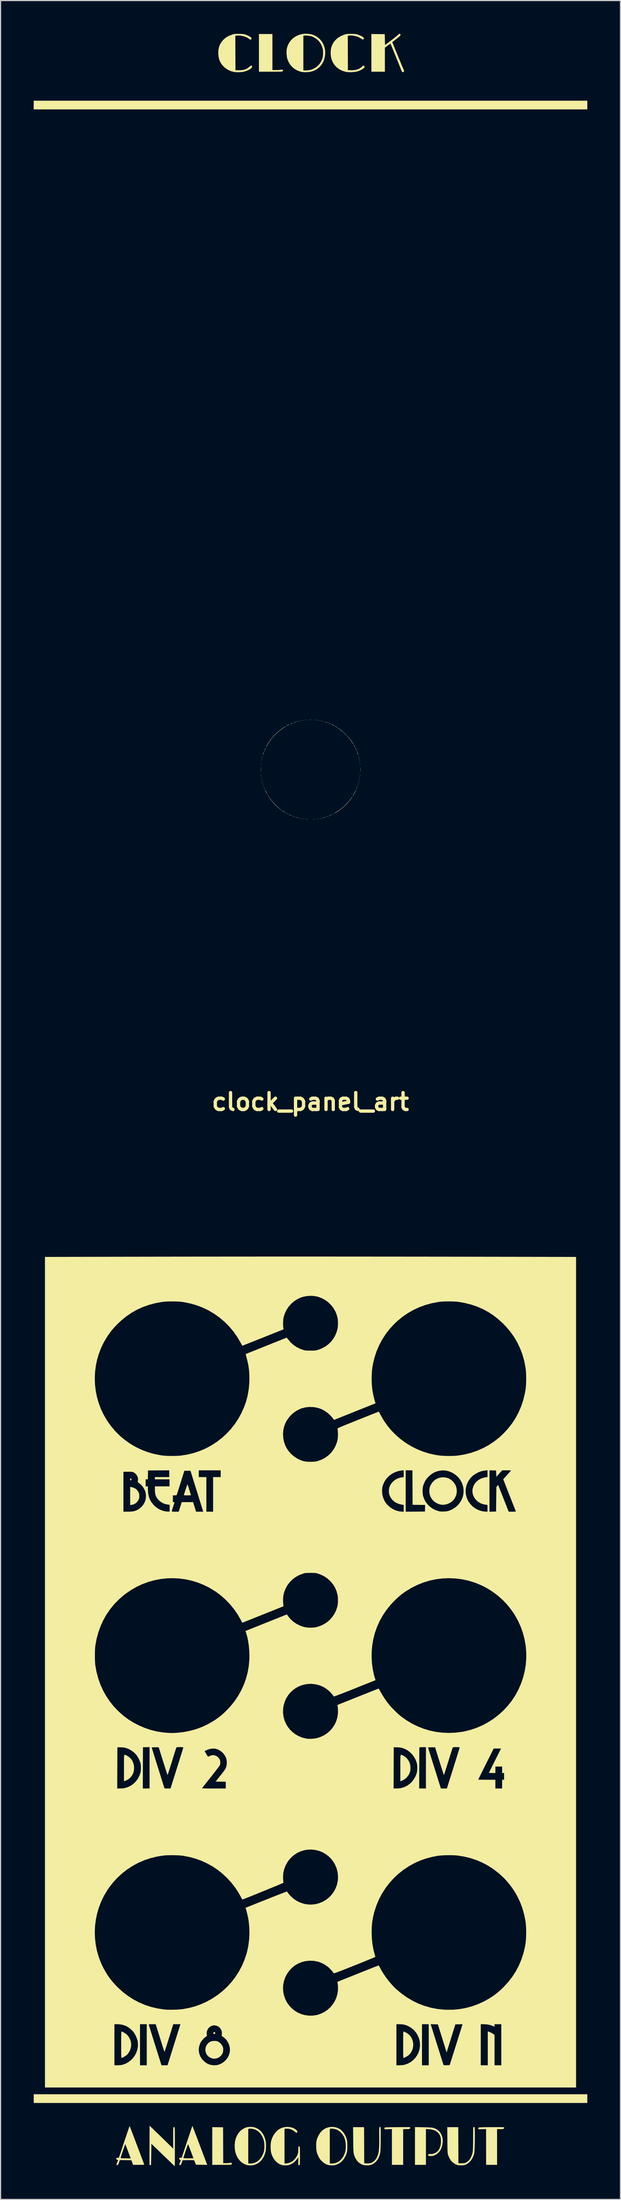
<source format=kicad_pcb>
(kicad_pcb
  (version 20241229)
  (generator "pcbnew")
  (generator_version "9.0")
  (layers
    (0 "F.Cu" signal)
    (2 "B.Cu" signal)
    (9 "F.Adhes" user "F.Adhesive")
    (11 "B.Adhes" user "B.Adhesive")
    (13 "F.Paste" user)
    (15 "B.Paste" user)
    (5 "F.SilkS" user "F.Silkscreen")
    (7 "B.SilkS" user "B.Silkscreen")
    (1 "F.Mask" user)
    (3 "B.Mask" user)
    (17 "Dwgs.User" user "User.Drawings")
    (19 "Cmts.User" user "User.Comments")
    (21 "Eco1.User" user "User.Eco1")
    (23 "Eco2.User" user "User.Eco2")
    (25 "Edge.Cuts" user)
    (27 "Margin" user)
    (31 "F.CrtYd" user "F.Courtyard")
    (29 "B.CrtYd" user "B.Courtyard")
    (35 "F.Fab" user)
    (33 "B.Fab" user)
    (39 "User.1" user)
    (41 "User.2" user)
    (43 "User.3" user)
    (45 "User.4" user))
  (footprint "clock_panel_art"
    (layer "F.Cu")
    (at 25.019 96.54)
    (property "Reference" "clock_panel_art" (at 0 0 0) (layer "F.SilkS") (effects (font (size 1.524 1.524) (thickness 0.3))))
    (attr board_only exclude_from_pos_files exclude_from_bom)
    (fp_poly (pts (xy -4.119 -28.26) (xy -4.132 -28.248) (xy -4.144 -28.26) (xy -4.132 -28.273)) (stroke (width 0) (type solid)) (fill yes) (layer "F.SilkS"))
    (fp_poly (pts (xy -4.017 -32.023) (xy -4.03 -32.011) (xy -4.043 -32.023) (xy -4.03 -32.036)) (stroke (width 0) (type solid)) (fill yes) (layer "F.SilkS"))
    (fp_poly (pts (xy -2.085 -26.048) (xy -2.098 -26.036) (xy -2.11 -26.048) (xy -2.098 -26.061)) (stroke (width 0) (type solid)) (fill yes) (layer "F.SilkS"))
    (fp_poly (pts (xy -1.932 -25.972) (xy -1.945 -25.959) (xy -1.958 -25.972) (xy -1.945 -25.985)) (stroke (width 0) (type solid)) (fill yes) (layer "F.SilkS"))
    (fp_poly (pts (xy -1.831 -34.134) (xy -1.843 -34.121) (xy -1.856 -34.134) (xy -1.843 -34.146)) (stroke (width 0) (type solid)) (fill yes) (layer "F.SilkS"))
    (fp_poly (pts (xy 1.983 -25.972) (xy 1.97 -25.959) (xy 1.958 -25.972) (xy 1.97 -25.985)) (stroke (width 0) (type solid)) (fill yes) (layer "F.SilkS"))
    (fp_poly (pts (xy 2.034 -25.997) (xy 2.021 -25.985) (xy 2.009 -25.997) (xy 2.021 -26.01)) (stroke (width 0) (type solid)) (fill yes) (layer "F.SilkS"))
    (fp_poly (pts (xy 2.085 -26.023) (xy 2.072 -26.01) (xy 2.059 -26.023) (xy 2.072 -26.036)) (stroke (width 0) (type solid)) (fill yes) (layer "F.SilkS"))
    (fp_poly (pts (xy 4.17 -28.26) (xy 4.157 -28.248) (xy 4.144 -28.26) (xy 4.157 -28.273)) (stroke (width 0) (type solid)) (fill yes) (layer "F.SilkS"))
    (fp_poly (pts (xy 25.044 -89.701) (xy -25.019 -89.701) (xy -25.019 -90.489) (xy 25.044 -90.489)) (stroke (width 0) (type solid)) (fill yes) (layer "F.SilkS"))
    (fp_poly (pts (xy 25.044 90.489) (xy -25.019 90.489) (xy -25.019 89.701) (xy 25.044 89.701)) (stroke (width 0) (type solid)) (fill yes) (layer "F.SilkS"))
    (fp_poly (pts (xy -4.433 -30.771) (xy -4.429 -30.719) (xy -4.433 -30.708) (xy -4.442 -30.704) (xy -4.445 -30.739) (xy -4.441 -30.775)) (stroke (width 0) (type solid)) (fill yes) (layer "F.SilkS"))
    (fp_poly (pts (xy -4.407 -30.924) (xy -4.404 -30.872) (xy -4.407 -30.86) (xy -4.416 -30.857) (xy -4.42 -30.892) (xy -4.416 -30.928)) (stroke (width 0) (type solid)) (fill yes) (layer "F.SilkS"))
    (fp_poly (pts (xy -4.407 -29.22) (xy -4.404 -29.168) (xy -4.407 -29.157) (xy -4.416 -29.153) (xy -4.42 -29.188) (xy -4.416 -29.224)) (stroke (width 0) (type solid)) (fill yes) (layer "F.SilkS"))
    (fp_poly (pts (xy -4.381 -31.024) (xy -4.378 -30.984) (xy -4.383 -30.975) (xy -4.395 -30.983) (xy -4.397 -31.008) (xy -4.39 -31.036)) (stroke (width 0) (type solid)) (fill yes) (layer "F.SilkS"))
    (fp_poly (pts (xy -4.381 -29.066) (xy -4.378 -29.026) (xy -4.383 -29.017) (xy -4.395 -29.025) (xy -4.397 -29.051) (xy -4.39 -29.078)) (stroke (width 0) (type solid)) (fill yes) (layer "F.SilkS"))
    (fp_poly (pts (xy -4.356 -31.125) (xy -4.353 -31.086) (xy -4.358 -31.077) (xy -4.369 -31.084) (xy -4.371 -31.11) (xy -4.365 -31.137)) (stroke (width 0) (type solid)) (fill yes) (layer "F.SilkS"))
    (fp_poly (pts (xy -4.356 -28.964) (xy -4.353 -28.925) (xy -4.358 -28.916) (xy -4.369 -28.923) (xy -4.371 -28.949) (xy -4.365 -28.976)) (stroke (width 0) (type solid)) (fill yes) (layer "F.SilkS"))
    (fp_poly (pts (xy -4.33 -31.227) (xy -4.327 -31.187) (xy -4.332 -31.178) (xy -4.344 -31.186) (xy -4.346 -31.212) (xy -4.34 -31.239)) (stroke (width 0) (type solid)) (fill yes) (layer "F.SilkS"))
    (fp_poly (pts (xy -4.33 -28.863) (xy -4.327 -28.823) (xy -4.332 -28.814) (xy -4.344 -28.821) (xy -4.346 -28.847) (xy -4.34 -28.874)) (stroke (width 0) (type solid)) (fill yes) (layer "F.SilkS"))
    (fp_poly (pts (xy -4.305 -31.316) (xy -4.302 -31.285) (xy -4.305 -31.282) (xy -4.32 -31.285) (xy -4.322 -31.299) (xy -4.313 -31.32)) (stroke (width 0) (type solid)) (fill yes) (layer "F.SilkS"))
    (fp_poly (pts (xy -4.305 -28.773) (xy -4.302 -28.743) (xy -4.305 -28.739) (xy -4.32 -28.743) (xy -4.322 -28.756) (xy -4.313 -28.777)) (stroke (width 0) (type solid)) (fill yes) (layer "F.SilkS"))
    (fp_poly (pts (xy -4.28 -28.697) (xy -4.277 -28.667) (xy -4.28 -28.663) (xy -4.295 -28.666) (xy -4.297 -28.68) (xy -4.288 -28.701)) (stroke (width 0) (type solid)) (fill yes) (layer "F.SilkS"))
    (fp_poly (pts (xy -4.255 -28.621) (xy -4.251 -28.59) (xy -4.255 -28.587) (xy -4.27 -28.59) (xy -4.271 -28.604) (xy -4.262 -28.625)) (stroke (width 0) (type solid)) (fill yes) (layer "F.SilkS"))
    (fp_poly (pts (xy -4.229 -28.544) (xy -4.226 -28.514) (xy -4.229 -28.51) (xy -4.244 -28.514) (xy -4.246 -28.527) (xy -4.237 -28.548)) (stroke (width 0) (type solid)) (fill yes) (layer "F.SilkS"))
    (fp_poly (pts (xy -4.204 -28.468) (xy -4.201 -28.438) (xy -4.204 -28.434) (xy -4.219 -28.438) (xy -4.221 -28.451) (xy -4.211 -28.472)) (stroke (width 0) (type solid)) (fill yes) (layer "F.SilkS"))
    (fp_poly (pts (xy -1.636 -25.849) (xy -1.639 -25.834) (xy -1.653 -25.832) (xy -1.674 -25.842) (xy -1.67 -25.849) (xy -1.639 -25.852)) (stroke (width 0) (type solid)) (fill yes) (layer "F.SilkS"))
    (fp_poly (pts (xy -1.432 -25.773) (xy -1.436 -25.758) (xy -1.449 -25.756) (xy -1.47 -25.765) (xy -1.466 -25.773) (xy -1.436 -25.776)) (stroke (width 0) (type solid)) (fill yes) (layer "F.SilkS"))
    (fp_poly (pts (xy -1.356 -25.747) (xy -1.36 -25.732) (xy -1.373 -25.731) (xy -1.394 -25.74) (xy -1.39 -25.747) (xy -1.36 -25.751)) (stroke (width 0) (type solid)) (fill yes) (layer "F.SilkS"))
    (fp_poly (pts (xy -1.075 -25.67) (xy -1.082 -25.658) (xy -1.108 -25.656) (xy -1.135 -25.662) (xy -1.123 -25.672) (xy -1.084 -25.675)) (stroke (width 0) (type solid)) (fill yes) (layer "F.SilkS"))
    (fp_poly (pts (xy -0.998 -34.416) (xy -1.006 -34.404) (xy -1.032 -34.403) (xy -1.059 -34.409) (xy -1.047 -34.418) (xy -1.007 -34.421)) (stroke (width 0) (type solid)) (fill yes) (layer "F.SilkS"))
    (fp_poly (pts (xy -0.973 -25.644) (xy -0.981 -25.633) (xy -1.006 -25.631) (xy -1.034 -25.637) (xy -1.022 -25.646) (xy -0.982 -25.649)) (stroke (width 0) (type solid)) (fill yes) (layer "F.SilkS"))
    (fp_poly (pts (xy -0.884 -34.443) (xy -0.88 -34.434) (xy -0.915 -34.43) (xy -0.951 -34.434) (xy -0.947 -34.443) (xy -0.895 -34.446)) (stroke (width 0) (type solid)) (fill yes) (layer "F.SilkS"))
    (fp_poly (pts (xy -0.858 -25.62) (xy -0.855 -25.611) (xy -0.89 -25.607) (xy -0.926 -25.611) (xy -0.922 -25.62) (xy -0.87 -25.624)) (stroke (width 0) (type solid)) (fill yes) (layer "F.SilkS"))
    (fp_poly (pts (xy -0.756 -34.468) (xy -0.753 -34.459) (xy -0.788 -34.455) (xy -0.824 -34.459) (xy -0.82 -34.468) (xy -0.768 -34.472)) (stroke (width 0) (type solid)) (fill yes) (layer "F.SilkS"))
    (fp_poly (pts (xy -0.706 -25.595) (xy -0.702 -25.586) (xy -0.737 -25.582) (xy -0.773 -25.586) (xy -0.769 -25.595) (xy -0.717 -25.598)) (stroke (width 0) (type solid)) (fill yes) (layer "F.SilkS"))
    (fp_poly (pts (xy 0.795 -25.595) (xy 0.798 -25.586) (xy 0.763 -25.582) (xy 0.727 -25.586) (xy 0.731 -25.595) (xy 0.783 -25.598)) (stroke (width 0) (type solid)) (fill yes) (layer "F.SilkS"))
    (fp_poly (pts (xy 0.947 -25.62) (xy 0.95 -25.611) (xy 0.915 -25.607) (xy 0.879 -25.611) (xy 0.884 -25.62) (xy 0.936 -25.624)) (stroke (width 0) (type solid)) (fill yes) (layer "F.SilkS"))
    (fp_poly (pts (xy 0.973 -34.443) (xy 0.976 -34.434) (xy 0.941 -34.43) (xy 0.905 -34.434) (xy 0.909 -34.443) (xy 0.961 -34.446)) (stroke (width 0) (type solid)) (fill yes) (layer "F.SilkS"))
    (fp_poly (pts (xy 1.061 -25.644) (xy 1.053 -25.633) (xy 1.028 -25.631) (xy 1 -25.637) (xy 1.012 -25.646) (xy 1.052 -25.649)) (stroke (width 0) (type solid)) (fill yes) (layer "F.SilkS"))
    (fp_poly (pts (xy 1.086 -34.416) (xy 1.079 -34.404) (xy 1.053 -34.403) (xy 1.026 -34.409) (xy 1.038 -34.418) (xy 1.077 -34.421)) (stroke (width 0) (type solid)) (fill yes) (layer "F.SilkS"))
    (fp_poly (pts (xy 1.163 -25.67) (xy 1.155 -25.658) (xy 1.129 -25.656) (xy 1.102 -25.662) (xy 1.114 -25.672) (xy 1.154 -25.675)) (stroke (width 0) (type solid)) (fill yes) (layer "F.SilkS"))
    (fp_poly (pts (xy 1.188 -34.391) (xy 1.181 -34.379) (xy 1.155 -34.377) (xy 1.128 -34.383) (xy 1.139 -34.393) (xy 1.179 -34.396)) (stroke (width 0) (type solid)) (fill yes) (layer "F.SilkS"))
    (fp_poly (pts (xy 1.263 -34.367) (xy 1.259 -34.352) (xy 1.246 -34.35) (xy 1.225 -34.359) (xy 1.229 -34.367) (xy 1.259 -34.37)) (stroke (width 0) (type solid)) (fill yes) (layer "F.SilkS"))
    (fp_poly (pts (xy 1.415 -25.747) (xy 1.412 -25.732) (xy 1.398 -25.731) (xy 1.377 -25.74) (xy 1.381 -25.747) (xy 1.412 -25.751)) (stroke (width 0) (type solid)) (fill yes) (layer "F.SilkS"))
    (fp_poly (pts (xy 1.492 -25.773) (xy 1.488 -25.758) (xy 1.475 -25.756) (xy 1.454 -25.765) (xy 1.458 -25.773) (xy 1.488 -25.776)) (stroke (width 0) (type solid)) (fill yes) (layer "F.SilkS"))
    (fp_poly (pts (xy 1.644 -34.24) (xy 1.641 -34.224) (xy 1.627 -34.223) (xy 1.606 -34.232) (xy 1.61 -34.24) (xy 1.64 -34.243)) (stroke (width 0) (type solid)) (fill yes) (layer "F.SilkS"))
    (fp_poly (pts (xy 1.695 -25.849) (xy 1.692 -25.834) (xy 1.678 -25.832) (xy 1.657 -25.842) (xy 1.661 -25.849) (xy 1.691 -25.852)) (stroke (width 0) (type solid)) (fill yes) (layer "F.SilkS"))
    (fp_poly (pts (xy 4.187 -28.341) (xy 4.19 -28.311) (xy 4.187 -28.307) (xy 4.172 -28.31) (xy 4.17 -28.324) (xy 4.179 -28.345)) (stroke (width 0) (type solid)) (fill yes) (layer "F.SilkS"))
    (fp_poly (pts (xy 4.263 -28.544) (xy 4.266 -28.514) (xy 4.263 -28.51) (xy 4.248 -28.514) (xy 4.246 -28.527) (xy 4.255 -28.548)) (stroke (width 0) (type solid)) (fill yes) (layer "F.SilkS"))
    (fp_poly (pts (xy 4.288 -28.621) (xy 4.291 -28.59) (xy 4.288 -28.587) (xy 4.273 -28.59) (xy 4.271 -28.604) (xy 4.281 -28.625)) (stroke (width 0) (type solid)) (fill yes) (layer "F.SilkS"))
    (fp_poly (pts (xy 4.314 -28.697) (xy 4.317 -28.667) (xy 4.314 -28.663) (xy 4.299 -28.666) (xy 4.297 -28.68) (xy 4.306 -28.701)) (stroke (width 0) (type solid)) (fill yes) (layer "F.SilkS"))
    (fp_poly (pts (xy 4.339 -31.316) (xy 4.342 -31.285) (xy 4.339 -31.282) (xy 4.324 -31.285) (xy 4.322 -31.299) (xy 4.332 -31.32)) (stroke (width 0) (type solid)) (fill yes) (layer "F.SilkS"))
    (fp_poly (pts (xy 4.339 -28.773) (xy 4.342 -28.743) (xy 4.339 -28.739) (xy 4.324 -28.743) (xy 4.322 -28.756) (xy 4.332 -28.777)) (stroke (width 0) (type solid)) (fill yes) (layer "F.SilkS"))
    (fp_poly (pts (xy 4.365 -31.227) (xy 4.368 -31.187) (xy 4.363 -31.178) (xy 4.352 -31.186) (xy 4.35 -31.212) (xy 4.356 -31.239)) (stroke (width 0) (type solid)) (fill yes) (layer "F.SilkS"))
    (fp_poly (pts (xy 4.365 -28.863) (xy 4.368 -28.823) (xy 4.363 -28.814) (xy 4.352 -28.821) (xy 4.35 -28.847) (xy 4.356 -28.874)) (stroke (width 0) (type solid)) (fill yes) (layer "F.SilkS"))
    (fp_poly (pts (xy 4.391 -31.125) (xy 4.394 -31.086) (xy 4.389 -31.077) (xy 4.377 -31.084) (xy 4.375 -31.11) (xy 4.381 -31.137)) (stroke (width 0) (type solid)) (fill yes) (layer "F.SilkS"))
    (fp_poly (pts (xy 4.391 -28.964) (xy 4.394 -28.925) (xy 4.389 -28.916) (xy 4.377 -28.923) (xy 4.375 -28.949) (xy 4.381 -28.976)) (stroke (width 0) (type solid)) (fill yes) (layer "F.SilkS"))
    (fp_poly (pts (xy 4.416 -31.024) (xy 4.419 -30.984) (xy 4.414 -30.975) (xy 4.402 -30.983) (xy 4.401 -31.008) (xy 4.407 -31.036)) (stroke (width 0) (type solid)) (fill yes) (layer "F.SilkS"))
    (fp_poly (pts (xy 4.416 -29.066) (xy 4.419 -29.026) (xy 4.414 -29.017) (xy 4.402 -29.025) (xy 4.401 -29.051) (xy 4.407 -29.078)) (stroke (width 0) (type solid)) (fill yes) (layer "F.SilkS"))
    (fp_poly (pts (xy 4.441 -30.924) (xy 4.444 -30.872) (xy 4.441 -30.86) (xy 4.432 -30.857) (xy 4.428 -30.892) (xy 4.432 -30.928)) (stroke (width 0) (type solid)) (fill yes) (layer "F.SilkS"))
    (fp_poly (pts (xy 4.441 -29.22) (xy 4.444 -29.168) (xy 4.441 -29.157) (xy 4.432 -29.153) (xy 4.428 -29.188) (xy 4.432 -29.224)) (stroke (width 0) (type solid)) (fill yes) (layer "F.SilkS"))
    (fp_poly (pts (xy -4.167 -28.367) (xy -4.15 -28.324) (xy -4.152 -28.308) (xy -4.169 -28.317) (xy -4.179 -28.338) (xy -4.194 -28.386) (xy -4.188 -28.396)) (stroke (width 0) (type solid)) (fill yes) (layer "F.SilkS"))
    (fp_poly (pts (xy -2.001 -26.017) (xy -1.996 -26.01) (xy -1.987 -25.987) (xy -2.011 -25.996) (xy -2.034 -26.01) (xy -2.054 -26.031) (xy -2.042 -26.035)) (stroke (width 0) (type solid)) (fill yes) (layer "F.SilkS"))
    (fp_poly (pts (xy 4.198 -31.723) (xy 4.215 -31.681) (xy 4.213 -31.664) (xy 4.196 -31.673) (xy 4.186 -31.694) (xy 4.171 -31.742) (xy 4.177 -31.752)) (stroke (width 0) (type solid)) (fill yes) (layer "F.SilkS"))
    (fp_poly (pts (xy -4.459 -30.584) (xy -4.457 -30.58) (xy -4.454 -30.525) (xy -4.458 -30.504) (xy -4.467 -30.503) (xy -4.47 -30.543) (xy -4.47 -30.549) (xy -4.466 -30.588)) (stroke (width 0) (type solid)) (fill yes) (layer "F.SilkS"))
    (fp_poly (pts (xy -4.457 -29.563) (xy -4.453 -29.499) (xy -4.457 -29.474) (xy -4.465 -29.467) (xy -4.469 -29.502) (xy -4.469 -29.519) (xy -4.466 -29.565) (xy -4.46 -29.571)) (stroke (width 0) (type solid)) (fill yes) (layer "F.SilkS"))
    (fp_poly (pts (xy -4.433 -29.364) (xy -4.432 -29.36) (xy -4.428 -29.304) (xy -4.433 -29.283) (xy -4.441 -29.282) (xy -4.445 -29.322) (xy -4.444 -29.328) (xy -4.441 -29.368)) (stroke (width 0) (type solid)) (fill yes) (layer "F.SilkS"))
    (fp_poly (pts (xy -4.145 -31.744) (xy -4.158 -31.702) (xy -4.17 -31.68) (xy -4.19 -31.66) (xy -4.194 -31.667) (xy -4.182 -31.709) (xy -4.17 -31.731) (xy -4.15 -31.751)) (stroke (width 0) (type solid)) (fill yes) (layer "F.SilkS"))
    (fp_poly (pts (xy -2.224 -26.127) (xy -2.193 -26.112) (xy -2.15 -26.087) (xy -2.136 -26.073) (xy -2.144 -26.062) (xy -2.174 -26.08) (xy -2.201 -26.101) (xy -2.234 -26.128)) (stroke (width 0) (type solid)) (fill yes) (layer "F.SilkS"))
    (fp_poly (pts (xy -1.547 -25.819) (xy -1.526 -25.807) (xy -1.505 -25.787) (xy -1.513 -25.782) (xy -1.555 -25.795) (xy -1.576 -25.807) (xy -1.597 -25.827) (xy -1.589 -25.831)) (stroke (width 0) (type solid)) (fill yes) (layer "F.SilkS"))
    (fp_poly (pts (xy -1.242 -25.717) (xy -1.208 -25.705) (xy -1.18 -25.688) (xy -1.195 -25.683) (xy -1.249 -25.693) (xy -1.284 -25.705) (xy -1.312 -25.722) (xy -1.297 -25.727)) (stroke (width 0) (type solid)) (fill yes) (layer "F.SilkS"))
    (fp_poly (pts (xy -1.105 -34.391) (xy -1.131 -34.375) (xy -1.191 -34.357) (xy -1.22 -34.353) (xy -1.235 -34.36) (xy -1.208 -34.375) (xy -1.148 -34.393) (xy -1.119 -34.397)) (stroke (width 0) (type solid)) (fill yes) (layer "F.SilkS"))
    (fp_poly (pts (xy -0.566 -34.494) (xy -0.558 -34.487) (xy -0.593 -34.483) (xy -0.61 -34.483) (xy -0.656 -34.485) (xy -0.662 -34.492) (xy -0.655 -34.494) (xy -0.59 -34.498)) (stroke (width 0) (type solid)) (fill yes) (layer "F.SilkS"))
    (fp_poly (pts (xy -0.54 -25.57) (xy -0.532 -25.563) (xy -0.568 -25.559) (xy -0.585 -25.558) (xy -0.631 -25.561) (xy -0.636 -25.568) (xy -0.629 -25.57) (xy -0.565 -25.574)) (stroke (width 0) (type solid)) (fill yes) (layer "F.SilkS"))
    (fp_poly (pts (xy -0.324 -34.52) (xy -0.312 -34.514) (xy -0.344 -34.51) (xy -0.381 -34.509) (xy -0.436 -34.511) (xy -0.451 -34.516) (xy -0.439 -34.52) (xy -0.364 -34.524)) (stroke (width 0) (type solid)) (fill yes) (layer "F.SilkS"))
    (fp_poly (pts (xy 0.464 -34.52) (xy 0.476 -34.514) (xy 0.444 -34.51) (xy 0.407 -34.509) (xy 0.352 -34.511) (xy 0.337 -34.516) (xy 0.35 -34.52) (xy 0.424 -34.524)) (stroke (width 0) (type solid)) (fill yes) (layer "F.SilkS"))
    (fp_poly (pts (xy 0.655 -25.57) (xy 0.663 -25.563) (xy 0.627 -25.559) (xy 0.61 -25.558) (xy 0.564 -25.561) (xy 0.559 -25.568) (xy 0.566 -25.57) (xy 0.63 -25.574)) (stroke (width 0) (type solid)) (fill yes) (layer "F.SilkS"))
    (fp_poly (pts (xy 0.68 -34.494) (xy 0.688 -34.487) (xy 0.653 -34.483) (xy 0.636 -34.483) (xy 0.589 -34.485) (xy 0.584 -34.492) (xy 0.591 -34.494) (xy 0.656 -34.498)) (stroke (width 0) (type solid)) (fill yes) (layer "F.SilkS"))
    (fp_poly (pts (xy 0.846 -34.468) (xy 0.847 -34.46) (xy 0.807 -34.456) (xy 0.801 -34.456) (xy 0.761 -34.46) (xy 0.765 -34.468) (xy 0.77 -34.469) (xy 0.825 -34.473)) (stroke (width 0) (type solid)) (fill yes) (layer "F.SilkS"))
    (fp_poly (pts (xy 1.336 -25.72) (xy 1.309 -25.705) (xy 1.25 -25.687) (xy 1.22 -25.683) (xy 1.206 -25.69) (xy 1.233 -25.705) (xy 1.292 -25.723) (xy 1.322 -25.727)) (stroke (width 0) (type solid)) (fill yes) (layer "F.SilkS"))
    (fp_poly (pts (xy 1.619 -25.821) (xy 1.602 -25.807) (xy 1.555 -25.785) (xy 1.538 -25.782) (xy 1.534 -25.793) (xy 1.551 -25.807) (xy 1.597 -25.828) (xy 1.615 -25.831)) (stroke (width 0) (type solid)) (fill yes) (layer "F.SilkS"))
    (fp_poly (pts (xy 4.245 -28.464) (xy 4.233 -28.422) (xy 4.221 -28.4) (xy 4.2 -28.38) (xy 4.196 -28.387) (xy 4.209 -28.429) (xy 4.221 -28.451) (xy 4.241 -28.471)) (stroke (width 0) (type solid)) (fill yes) (layer "F.SilkS"))
    (fp_poly (pts (xy 4.466 -30.762) (xy 4.467 -30.758) (xy 4.471 -30.703) (xy 4.466 -30.682) (xy 4.458 -30.681) (xy 4.454 -30.721) (xy 4.454 -30.727) (xy 4.458 -30.766)) (stroke (width 0) (type solid)) (fill yes) (layer "F.SilkS"))
    (fp_poly (pts (xy 4.466 -29.364) (xy 4.467 -29.36) (xy 4.471 -29.304) (xy 4.466 -29.283) (xy 4.458 -29.282) (xy 4.454 -29.322) (xy 4.454 -29.328) (xy 4.458 -29.368)) (stroke (width 0) (type solid)) (fill yes) (layer "F.SilkS"))
    (fp_poly (pts (xy 4.492 -30.58) (xy 4.496 -30.516) (xy 4.492 -30.491) (xy 4.485 -30.484) (xy 4.481 -30.519) (xy 4.481 -30.536) (xy 4.483 -30.582) (xy 4.49 -30.588)) (stroke (width 0) (type solid)) (fill yes) (layer "F.SilkS"))
    (fp_poly (pts (xy 4.492 -29.563) (xy 4.496 -29.499) (xy 4.492 -29.474) (xy 4.485 -29.467) (xy 4.481 -29.502) (xy 4.481 -29.519) (xy 4.483 -29.565) (xy 4.49 -29.571)) (stroke (width 0) (type solid)) (fill yes) (layer "F.SilkS"))
    (fp_poly (pts (xy -0.235 -25.545) (xy -0.221 -25.54) (xy -0.251 -25.536) (xy -0.318 -25.535) (xy -0.383 -25.537) (xy -0.408 -25.54) (xy -0.388 -25.545) (xy -0.387 -25.546) (xy -0.304 -25.55)) (stroke (width 0) (type solid)) (fill yes) (layer "F.SilkS"))
    (fp_poly (pts (xy 0.096 -34.546) (xy 0.11 -34.541) (xy 0.08 -34.537) (xy 0.013 -34.536) (xy -0.053 -34.537) (xy -0.078 -34.541) (xy -0.057 -34.546) (xy -0.057 -34.546) (xy 0.026 -34.55)) (stroke (width 0) (type solid)) (fill yes) (layer "F.SilkS"))
    (fp_poly (pts (xy 0.426 -25.545) (xy 0.44 -25.54) (xy 0.41 -25.536) (xy 0.343 -25.535) (xy 0.278 -25.537) (xy 0.253 -25.54) (xy 0.273 -25.545) (xy 0.274 -25.546) (xy 0.357 -25.55)) (stroke (width 0) (type solid)) (fill yes) (layer "F.SilkS"))
    (fp_poly (pts (xy -1.633 -34.216) (xy -1.665 -34.199) (xy -1.733 -34.169) (xy -1.78 -34.153) (xy -1.8 -34.151) (xy -1.785 -34.165) (xy -1.754 -34.182) (xy -1.681 -34.215) (xy -1.627 -34.232) (xy -1.609 -34.232)) (stroke (width 0) (type solid)) (fill yes) (layer "F.SilkS"))
    (fp_poly (pts (xy 1.73 -34.209) (xy 1.78 -34.184) (xy 1.817 -34.159) (xy 1.819 -34.148) (xy 1.818 -34.148) (xy 1.779 -34.16) (xy 1.729 -34.184) (xy 1.692 -34.21) (xy 1.69 -34.221) (xy 1.691 -34.221)) (stroke (width 0) (type solid)) (fill yes) (layer "F.SilkS"))
    (fp_poly (pts (xy -16.229 34.042) (xy -16.211 34.059) (xy -16.178 34.097) (xy -16.176 34.13) (xy -16.197 34.173) (xy -16.235 34.22) (xy -16.269 34.219) (xy -16.292 34.175) (xy -16.298 34.121) (xy -16.291 34.048) (xy -16.269 34.022)) (stroke (width 0) (type solid)) (fill yes) (layer "F.SilkS"))
    (fp_poly (pts (xy -3.853 -27.726) (xy -3.811 -27.671) (xy -3.78 -27.62) (xy -3.77 -27.59) (xy -3.773 -27.587) (xy -3.795 -27.605) (xy -3.804 -27.618) (xy -3.83 -27.663) (xy -3.859 -27.714) (xy -3.883 -27.756) (xy -3.879 -27.757)) (stroke (width 0) (type solid)) (fill yes) (layer "F.SilkS"))
    (fp_poly (pts (xy 4.082 -31.968) (xy 4.113 -31.916) (xy 4.122 -31.9) (xy 4.151 -31.839) (xy 4.164 -31.799) (xy 4.163 -31.792) (xy 4.148 -31.806) (xy 4.12 -31.853) (xy 4.111 -31.872) (xy 4.08 -31.943) (xy 4.07 -31.976)) (stroke (width 0) (type solid)) (fill yes) (layer "F.SilkS"))
    (fp_poly (pts (xy -8.669 84.086) (xy -8.623 84.103) (xy -8.607 84.146) (xy -8.607 84.171) (xy -8.614 84.227) (xy -8.647 84.25) (xy -8.675 84.255) (xy -8.74 84.245) (xy -8.769 84.214) (xy -8.779 84.153) (xy -8.749 84.106) (xy -8.69 84.085)) (stroke (width 0) (type solid)) (fill yes) (layer "F.SilkS"))
    (fp_poly (pts (xy -4.208 -31.595) (xy -4.224 -31.535) (xy -4.244 -31.475) (xy -4.27 -31.406) (xy -4.289 -31.367) (xy -4.295 -31.364) (xy -4.289 -31.402) (xy -4.272 -31.463) (xy -4.249 -31.53) (xy -4.227 -31.588) (xy -4.21 -31.62) (xy -4.205 -31.622)) (stroke (width 0) (type solid)) (fill yes) (layer "F.SilkS"))
    (fp_poly (pts (xy -4.045 -31.972) (xy -4.056 -31.935) (xy -4.084 -31.875) (xy -4.093 -31.858) (xy -4.123 -31.809) (xy -4.141 -31.791) (xy -4.142 -31.794) (xy -4.131 -31.832) (xy -4.103 -31.892) (xy -4.093 -31.909) (xy -4.064 -31.958) (xy -4.046 -31.976)) (stroke (width 0) (type solid)) (fill yes) (layer "F.SilkS"))
    (fp_poly (pts (xy -1.908 -34.1) (xy -1.958 -34.07) (xy -2.022 -34.037) (xy -2.095 -34.003) (xy -2.145 -33.983) (xy -2.161 -33.981) (xy -2.141 -33.999) (xy -2.09 -34.028) (xy -2.023 -34.062) (xy -1.958 -34.093) (xy -1.909 -34.113) (xy -1.892 -34.115)) (stroke (width 0) (type solid)) (fill yes) (layer "F.SilkS"))
    (fp_poly (pts (xy -1.857 -25.946) (xy -1.797 -25.918) (xy -1.78 -25.909) (xy -1.73 -25.879) (xy -1.713 -25.861) (xy -1.716 -25.86) (xy -1.753 -25.871) (xy -1.813 -25.899) (xy -1.831 -25.909) (xy -1.88 -25.938) (xy -1.898 -25.956) (xy -1.894 -25.957)) (stroke (width 0) (type solid)) (fill yes) (layer "F.SilkS"))
    (fp_poly (pts (xy -1.295 -34.337) (xy -1.344 -34.317) (xy -1.348 -34.316) (xy -1.426 -34.287) (xy -1.496 -34.266) (xy -1.5 -34.265) (xy -1.532 -34.259) (xy -1.519 -34.269) (xy -1.485 -34.285) (xy -1.405 -34.316) (xy -1.332 -34.336) (xy -1.291 -34.343)) (stroke (width 0) (type solid)) (fill yes) (layer "F.SilkS"))
    (fp_poly (pts (xy 1.357 -34.336) (xy 1.412 -34.322) (xy 1.474 -34.301) (xy 1.529 -34.278) (xy 1.564 -34.26) (xy 1.566 -34.252) (xy 1.564 -34.252) (xy 1.527 -34.261) (xy 1.461 -34.283) (xy 1.411 -34.301) (xy 1.355 -34.325) (xy 1.338 -34.337)) (stroke (width 0) (type solid)) (fill yes) (layer "F.SilkS"))
    (fp_poly (pts (xy 1.916 -25.947) (xy 1.878 -25.921) (xy 1.856 -25.909) (xy 1.793 -25.877) (xy 1.748 -25.861) (xy 1.742 -25.86) (xy 1.745 -25.87) (xy 1.784 -25.896) (xy 1.805 -25.909) (xy 1.868 -25.94) (xy 1.913 -25.956) (xy 1.92 -25.957)) (stroke (width 0) (type solid)) (fill yes) (layer "F.SilkS"))
    (fp_poly (pts (xy 3.945 -32.244) (xy 3.977 -32.191) (xy 4.005 -32.138) (xy 4.037 -32.069) (xy 4.055 -32.023) (xy 4.056 -32.011) (xy 4.039 -32.031) (xy 4.007 -32.085) (xy 3.979 -32.138) (xy 3.946 -32.207) (xy 3.928 -32.253) (xy 3.927 -32.265)) (stroke (width 0) (type solid)) (fill yes) (layer "F.SilkS"))
    (fp_poly (pts (xy 4.244 -31.607) (xy 4.266 -31.554) (xy 4.284 -31.502) (xy 4.306 -31.428) (xy 4.318 -31.376) (xy 4.317 -31.361) (xy 4.304 -31.377) (xy 4.282 -31.429) (xy 4.264 -31.482) (xy 4.243 -31.556) (xy 4.231 -31.608) (xy 4.231 -31.623)) (stroke (width 0) (type solid)) (fill yes) (layer "F.SilkS"))
    (fp_poly (pts (xy -4.483 -30.244) (xy -4.481 -30.212) (xy -4.478 -30.082) (xy -4.479 -29.939) (xy -4.481 -29.843) (xy -4.484 -29.803) (xy -4.487 -29.809) (xy -4.489 -29.859) (xy -4.49 -29.948) (xy -4.49 -30.027) (xy -4.49 -30.141) (xy -4.488 -30.217) (xy -4.486 -30.253)) (stroke (width 0) (type solid)) (fill yes) (layer "F.SilkS"))
    (fp_poly (pts (xy 2.255 -33.946) (xy 2.276 -33.935) (xy 2.335 -33.902) (xy 2.391 -33.865) (xy 2.431 -33.834) (xy 2.443 -33.818) (xy 2.441 -33.817) (xy 2.413 -33.83) (xy 2.359 -33.86) (xy 2.333 -33.876) (xy 2.263 -33.921) (xy 2.224 -33.95) (xy 2.221 -33.959)) (stroke (width 0) (type solid)) (fill yes) (layer "F.SilkS"))
    (fp_poly (pts (xy 4.517 -30.241) (xy 4.519 -30.211) (xy 4.523 -30.085) (xy 4.522 -29.949) (xy 4.519 -29.855) (xy 4.516 -29.818) (xy 4.514 -29.828) (xy 4.512 -29.881) (xy 4.511 -29.972) (xy 4.51 -30.04) (xy 4.511 -30.15) (xy 4.512 -30.223) (xy 4.515 -30.255)) (stroke (width 0) (type solid)) (fill yes) (layer "F.SilkS"))
    (fp_poly (pts (xy -2.574 -26.345) (xy -2.525 -26.317) (xy -2.458 -26.277) (xy -2.387 -26.232) (xy -2.322 -26.19) (xy -2.277 -26.158) (xy -2.267 -26.15) (xy -2.259 -26.136) (xy -2.29 -26.149) (xy -2.356 -26.187) (xy -2.437 -26.238) (xy -2.513 -26.289) (xy -2.568 -26.329) (xy -2.593 -26.351) (xy -2.593 -26.352)) (stroke (width 0) (type solid)) (fill yes) (layer "F.SilkS"))
    (fp_poly (pts (xy -4.099 -28.194) (xy -4.068 -28.141) (xy -4.025 -28.06) (xy -3.997 -28.005) (xy -3.952 -27.913) (xy -3.92 -27.84) (xy -3.903 -27.797) (xy -3.903 -27.79) (xy -3.919 -27.811) (xy -3.951 -27.868) (xy -3.995 -27.95) (xy -4.019 -27.996) (xy -4.063 -28.088) (xy -4.096 -28.16) (xy -4.112 -28.204) (xy -4.113 -28.211)) (stroke (width 0) (type solid)) (fill yes) (layer "F.SilkS"))
    (fp_poly (pts (xy 1.895 -34.135) (xy 1.954 -34.109) (xy 2.027 -34.073) (xy 2.1 -34.035) (xy 2.157 -34.003) (xy 2.186 -33.983) (xy 2.187 -33.981) (xy 2.186 -33.973) (xy 2.177 -33.973) (xy 2.151 -33.984) (xy 2.099 -34.01) (xy 2.011 -34.056) (xy 2.009 -34.057) (xy 1.932 -34.099) (xy 1.88 -34.13) (xy 1.862 -34.145) (xy 1.863 -34.145)) (stroke (width 0) (type solid)) (fill yes) (layer "F.SilkS"))
    (fp_poly (pts (xy 4.132 -28.178) (xy 4.101 -28.111) (xy 4.056 -28.022) (xy 4.003 -27.922) (xy 3.948 -27.822) (xy 3.897 -27.733) (xy 3.855 -27.665) (xy 3.835 -27.637) (xy 3.782 -27.574) (xy 3.829 -27.65) (xy 3.859 -27.704) (xy 3.907 -27.79) (xy 3.963 -27.895) (xy 4.009 -27.981) (xy 4.062 -28.079) (xy 4.105 -28.156) (xy 4.134 -28.203) (xy 4.144 -28.213)) (stroke (width 0) (type solid)) (fill yes) (layer "F.SilkS"))
    (fp_poly (pts (xy -16.202 34.819) (xy -15.986 34.878) (xy -15.805 34.975) (xy -15.657 35.109) (xy -15.546 35.28) (xy -15.543 35.285) (xy -15.504 35.372) (xy -15.483 35.451) (xy -15.474 35.542) (xy -15.473 35.634) (xy -15.476 35.75) (xy -15.489 35.837) (xy -15.516 35.917) (xy -15.547 35.985) (xy -15.656 36.151) (xy -15.796 36.283) (xy -15.96 36.376) (xy -16.14 36.425) (xy -16.161 36.428) (xy -16.298 36.442) (xy -16.298 34.802)) (stroke (width 0) (type solid)) (fill yes) (layer "F.SilkS"))
    (fp_poly (pts (xy -3.432 -93.26) (xy -3.113 -93.26) (xy -2.979 -93.263) (xy -2.853 -93.269) (xy -2.749 -93.278) (xy -2.684 -93.288) (xy -2.588 -93.3) (xy -2.516 -93.286) (xy -2.474 -93.252) (xy -2.47 -93.203) (xy -2.506 -93.148) (xy -2.521 -93.138) (xy -2.547 -93.13) (xy -2.588 -93.123) (xy -2.65 -93.118) (xy -2.737 -93.114) (xy -2.853 -93.111) (xy -3.003 -93.11) (xy -3.192 -93.108) (xy -3.424 -93.108) (xy -3.6 -93.108) (xy -4.653 -93.108) (xy -4.653 -96.515) (xy -3.432 -96.515)) (stroke (width 0) (type solid)) (fill yes) (layer "F.SilkS"))
    (fp_poly (pts (xy 2.492 -33.802) (xy 2.59 -33.739) (xy 2.715 -33.646) (xy 2.856 -33.529) (xy 3.007 -33.396) (xy 3.157 -33.253) (xy 3.216 -33.194) (xy 3.462 -32.931) (xy 3.67 -32.675) (xy 3.837 -32.431) (xy 3.865 -32.386) (xy 3.902 -32.319) (xy 3.913 -32.292) (xy 3.902 -32.3) (xy 3.871 -32.341) (xy 3.822 -32.412) (xy 3.782 -32.475) (xy 3.559 -32.787) (xy 3.298 -33.091) (xy 3.011 -33.373) (xy 2.708 -33.622) (xy 2.705 -33.624) (xy 2.586 -33.714) (xy 2.508 -33.775) (xy 2.47 -33.807) (xy 2.474 -33.811)) (stroke (width 0) (type solid)) (fill yes) (layer "F.SilkS"))
    (fp_poly (pts (xy -8.384 92.681) (xy -7.895 92.688) (xy -7.888 94.309) (xy -7.882 95.93) (xy -7.639 95.93) (xy -7.517 95.927) (xy -7.399 95.918) (xy -7.305 95.906) (xy -7.279 95.901) (xy -7.206 95.885) (xy -7.164 95.887) (xy -7.136 95.908) (xy -7.128 95.918) (xy -7.098 95.97) (xy -7.105 96.009) (xy -7.134 96.043) (xy -7.15 96.054) (xy -7.178 96.063) (xy -7.223 96.069) (xy -7.291 96.075) (xy -7.385 96.078) (xy -7.512 96.081) (xy -7.677 96.082) (xy -7.884 96.083) (xy -8.024 96.083) (xy -8.873 96.083) (xy -8.873 92.675)) (stroke (width 0) (type solid)) (fill yes) (layer "F.SilkS"))
    (fp_poly (pts (xy -3.744 -27.547) (xy -3.704 -27.498) (xy -3.643 -27.418) (xy -3.61 -27.372) (xy -3.426 -27.137) (xy -3.222 -26.912) (xy -2.99 -26.69) (xy -2.72 -26.46) (xy -2.707 -26.45) (xy -2.653 -26.404) (xy -2.623 -26.374) (xy -2.621 -26.367) (xy -2.645 -26.382) (xy -2.7 -26.423) (xy -2.778 -26.485) (xy -2.87 -26.561) (xy -2.875 -26.565) (xy -2.991 -26.665) (xy -3.114 -26.778) (xy -3.226 -26.886) (xy -3.287 -26.95) (xy -3.372 -27.046) (xy -3.465 -27.156) (xy -3.557 -27.271) (xy -3.641 -27.38) (xy -3.708 -27.471) (xy -3.749 -27.536) (xy -3.75 -27.536) (xy -3.76 -27.56)) (stroke (width 0) (type solid)) (fill yes) (layer "F.SilkS"))
    (fp_poly (pts (xy 3.783 -27.551) (xy 3.775 -27.536) (xy 3.731 -27.468) (xy 3.662 -27.372) (xy 3.574 -27.26) (xy 3.478 -27.142) (xy 3.38 -27.027) (xy 3.289 -26.927) (xy 3.288 -26.925) (xy 3.134 -26.772) (xy 2.958 -26.615) (xy 2.77 -26.462) (xy 2.581 -26.32) (xy 2.401 -26.198) (xy 2.24 -26.103) (xy 2.187 -26.077) (xy 2.14 -26.057) (xy 2.129 -26.056) (xy 2.136 -26.061) (xy 2.173 -26.085) (xy 2.242 -26.128) (xy 2.332 -26.185) (xy 2.403 -26.229) (xy 2.767 -26.482) (xy 3.109 -26.777) (xy 3.42 -27.103) (xy 3.604 -27.332) (xy 3.691 -27.448) (xy 3.75 -27.523) (xy 3.781 -27.558)) (stroke (width 0) (type solid)) (fill yes) (layer "F.SilkS"))
    (fp_poly (pts (xy -2.208 -33.946) (xy -2.246 -33.92) (xy -2.314 -33.874) (xy -2.418 -33.805) (xy -2.475 -33.768) (xy -2.825 -33.51) (xy -3.152 -33.215) (xy -3.45 -32.89) (xy -3.711 -32.544) (xy -3.88 -32.271) (xy -3.932 -32.181) (xy -3.975 -32.11) (xy -4.003 -32.068) (xy -4.009 -32.061) (xy -4.004 -32.082) (xy -3.978 -32.136) (xy -3.938 -32.214) (xy -3.926 -32.237) (xy -3.771 -32.493) (xy -3.579 -32.758) (xy -3.362 -33.019) (xy -3.128 -33.265) (xy -2.889 -33.483) (xy -2.769 -33.58) (xy -2.638 -33.679) (xy -2.506 -33.773) (xy -2.384 -33.855) (xy -2.283 -33.916) (xy -2.237 -33.94) (xy -2.209 -33.953) (xy -2.198 -33.956)) (stroke (width 0) (type solid)) (fill yes) (layer "F.SilkS"))
    (fp_poly (pts (xy -16.763 59.016) (xy -16.726 59.029) (xy -16.682 59.051) (xy -16.628 59.079) (xy -16.616 59.085) (xy -16.411 59.209) (xy -16.24 59.368) (xy -16.105 59.56) (xy -16.009 59.778) (xy -15.954 60.02) (xy -15.942 60.209) (xy -15.963 60.465) (xy -16.028 60.696) (xy -16.138 60.904) (xy -16.294 61.092) (xy -16.308 61.106) (xy -16.403 61.185) (xy -16.522 61.264) (xy -16.645 61.332) (xy -16.755 61.378) (xy -16.787 61.387) (xy -16.857 61.403) (xy -16.857 60.208) (xy -16.857 59.923) (xy -16.858 59.685) (xy -16.857 59.49) (xy -16.855 59.335) (xy -16.851 59.215) (xy -16.843 59.127) (xy -16.831 59.067) (xy -16.814 59.031) (xy -16.792 59.015)) (stroke (width 0) (type solid)) (fill yes) (layer "F.SilkS"))
    (fp_poly (pts (xy -11.106 34.591) (xy -11.084 34.657) (xy -11.052 34.753) (xy -11.014 34.872) (xy -10.972 35.003) (xy -10.929 35.137) (xy -10.889 35.266) (xy -10.854 35.381) (xy -10.826 35.473) (xy -10.81 35.532) (xy -10.806 35.549) (xy -10.83 35.557) (xy -10.895 35.564) (xy -10.991 35.568) (xy -11.11 35.57) (xy -11.124 35.57) (xy -11.244 35.569) (xy -11.343 35.566) (xy -11.412 35.561) (xy -11.441 35.555) (xy -11.441 35.555) (xy -11.434 35.523) (xy -11.414 35.453) (xy -11.383 35.355) (xy -11.346 35.237) (xy -11.304 35.106) (xy -11.26 34.973) (xy -11.217 34.846) (xy -11.179 34.732) (xy -11.148 34.642) (xy -11.126 34.583) (xy -11.117 34.564)) (stroke (width 0) (type solid)) (fill yes) (layer "F.SilkS"))
    (fp_poly (pts (xy 8.233 59.017) (xy 8.27 59.031) (xy 8.316 59.053) (xy 8.371 59.081) (xy 8.386 59.088) (xy 8.579 59.207) (xy 8.747 59.366) (xy 8.885 59.559) (xy 8.987 59.779) (xy 9.01 59.85) (xy 9.035 59.973) (xy 9.048 60.125) (xy 9.049 60.286) (xy 9.037 60.434) (xy 9.024 60.513) (xy 8.95 60.724) (xy 8.834 60.921) (xy 8.683 61.097) (xy 8.505 61.242) (xy 8.306 61.35) (xy 8.193 61.39) (xy 8.136 61.406) (xy 8.136 60.209) (xy 8.136 59.924) (xy 8.135 59.686) (xy 8.136 59.491) (xy 8.138 59.335) (xy 8.143 59.215) (xy 8.151 59.127) (xy 8.163 59.067) (xy 8.18 59.031) (xy 8.203 59.016)) (stroke (width 0) (type solid)) (fill yes) (layer "F.SilkS"))
    (fp_poly (pts (xy 8.829 92.671) (xy 8.934 92.672) (xy 8.994 92.674) (xy 9.021 92.695) (xy 9.025 92.741) (xy 9.01 92.791) (xy 8.977 92.827) (xy 8.932 92.838) (xy 8.849 92.847) (xy 8.742 92.852) (xy 8.659 92.854) (xy 8.39 92.854) (xy 8.39 96.083) (xy 7.373 96.083) (xy 7.373 92.847) (xy 7.036 92.857) (xy 6.7 92.866) (xy 6.7 92.792) (xy 6.71 92.734) (xy 6.751 92.705) (xy 6.772 92.698) (xy 6.807 92.695) (xy 6.887 92.692) (xy 7.004 92.689) (xy 7.153 92.686) (xy 7.326 92.683) (xy 7.518 92.68) (xy 7.722 92.678) (xy 7.931 92.675) (xy 8.139 92.673) (xy 8.339 92.672) (xy 8.525 92.671) (xy 8.691 92.671)) (stroke (width 0) (type solid)) (fill yes) (layer "F.SilkS"))
    (fp_poly (pts (xy 17.077 92.673) (xy 17.217 92.675) (xy 17.324 92.677) (xy 17.403 92.681) (xy 17.457 92.685) (xy 17.492 92.692) (xy 17.513 92.7) (xy 17.523 92.71) (xy 17.523 92.71) (xy 17.526 92.757) (xy 17.494 92.802) (xy 17.465 92.825) (xy 17.428 92.84) (xy 17.371 92.849) (xy 17.284 92.853) (xy 17.162 92.854) (xy 16.882 92.854) (xy 16.882 96.083) (xy 15.891 96.083) (xy 15.891 92.847) (xy 15.541 92.857) (xy 15.192 92.866) (xy 15.184 92.799) (xy 15.188 92.748) (xy 15.223 92.717) (xy 15.254 92.706) (xy 15.301 92.698) (xy 15.396 92.692) (xy 15.538 92.686) (xy 15.723 92.681) (xy 15.95 92.678) (xy 16.216 92.675) (xy 16.415 92.674) (xy 16.681 92.673) (xy 16.9 92.673)) (stroke (width 0) (type solid)) (fill yes) (layer "F.SilkS"))
    (fp_poly (pts (xy -8.561 84.886) (xy -8.474 84.895) (xy -8.405 84.914) (xy -8.343 84.942) (xy -8.172 85.059) (xy -8.034 85.207) (xy -7.946 85.357) (xy -7.91 85.443) (xy -7.89 85.516) (xy -7.883 85.595) (xy -7.886 85.701) (xy -7.887 85.719) (xy -7.897 85.842) (xy -7.916 85.936) (xy -7.95 86.02) (xy -7.971 86.061) (xy -8.084 86.218) (xy -8.228 86.342) (xy -8.396 86.431) (xy -8.578 86.479) (xy -8.767 86.483) (xy -8.892 86.46) (xy -9.085 86.382) (xy -9.245 86.268) (xy -9.369 86.122) (xy -9.452 85.949) (xy -9.492 85.753) (xy -9.495 85.684) (xy -9.474 85.481) (xy -9.406 85.299) (xy -9.292 85.138) (xy -9.262 85.106) (xy -9.138 85) (xy -9.009 84.931) (xy -8.861 84.894) (xy -8.683 84.883)) (stroke (width 0) (type solid)) (fill yes) (layer "F.SilkS"))
    (fp_poly (pts (xy -17.026 84.045) (xy -16.941 84.084) (xy -16.841 84.138) (xy -16.738 84.203) (xy -16.644 84.27) (xy -16.592 84.313) (xy -16.461 84.461) (xy -16.35 84.644) (xy -16.266 84.845) (xy -16.221 85.023) (xy -16.206 85.25) (xy -16.235 85.482) (xy -16.302 85.705) (xy -16.405 85.911) (xy -16.541 86.088) (xy -16.591 86.138) (xy -16.671 86.202) (xy -16.769 86.269) (xy -16.873 86.332) (xy -16.969 86.382) (xy -17.047 86.414) (xy -17.083 86.421) (xy -17.09 86.404) (xy -17.096 86.352) (xy -17.101 86.262) (xy -17.105 86.132) (xy -17.108 85.959) (xy -17.11 85.743) (xy -17.111 85.479) (xy -17.111 85.226) (xy -17.111 84.922) (xy -17.11 84.668) (xy -17.108 84.459) (xy -17.104 84.294) (xy -17.1 84.172) (xy -17.095 84.088) (xy -17.089 84.042) (xy -17.083 84.031)) (stroke (width 0) (type solid)) (fill yes) (layer "F.SilkS"))
    (fp_poly (pts (xy 12.238 33.957) (xy 12.461 34.018) (xy 12.664 34.124) (xy 12.854 34.276) (xy 12.911 34.334) (xy 13.058 34.524) (xy 13.162 34.732) (xy 13.223 34.951) (xy 13.243 35.176) (xy 13.222 35.4) (xy 13.162 35.617) (xy 13.064 35.82) (xy 12.928 36.003) (xy 12.757 36.16) (xy 12.592 36.264) (xy 12.384 36.353) (xy 12.172 36.407) (xy 11.968 36.425) (xy 11.861 36.417) (xy 11.621 36.361) (xy 11.397 36.263) (xy 11.198 36.128) (xy 11.03 35.962) (xy 10.901 35.768) (xy 10.887 35.742) (xy 10.813 35.563) (xy 10.771 35.386) (xy 10.758 35.194) (xy 10.761 35.083) (xy 10.772 34.956) (xy 10.791 34.856) (xy 10.824 34.759) (xy 10.865 34.668) (xy 10.997 34.445) (xy 11.16 34.26) (xy 11.352 34.114) (xy 11.568 34.01) (xy 11.804 33.951) (xy 11.988 33.938)) (stroke (width 0) (type solid)) (fill yes) (layer "F.SilkS"))
    (fp_poly (pts (xy 8.463 84.042) (xy 8.533 84.071) (xy 8.62 84.111) (xy 8.638 84.12) (xy 8.839 84.247) (xy 9.004 84.403) (xy 9.133 84.584) (xy 9.226 84.782) (xy 9.283 84.993) (xy 9.304 85.21) (xy 9.288 85.428) (xy 9.236 85.64) (xy 9.149 85.841) (xy 9.025 86.024) (xy 8.865 86.185) (xy 8.669 86.316) (xy 8.637 86.332) (xy 8.549 86.375) (xy 8.475 86.406) (xy 8.429 86.421) (xy 8.425 86.421) (xy 8.417 86.414) (xy 8.41 86.39) (xy 8.404 86.345) (xy 8.4 86.275) (xy 8.396 86.177) (xy 8.394 86.046) (xy 8.392 85.879) (xy 8.391 85.671) (xy 8.39 85.419) (xy 8.39 85.226) (xy 8.391 84.942) (xy 8.391 84.706) (xy 8.393 84.512) (xy 8.395 84.358) (xy 8.397 84.238) (xy 8.401 84.15) (xy 8.406 84.089) (xy 8.412 84.052) (xy 8.42 84.034) (xy 8.425 84.031)) (stroke (width 0) (type solid)) (fill yes) (layer "F.SilkS"))
    (fp_poly (pts (xy 10.189 92.682) (xy 10.409 92.688) (xy 10.609 92.694) (xy 10.781 92.702) (xy 10.92 92.711) (xy 11.019 92.721) (xy 11.06 92.727) (xy 11.293 92.803) (xy 11.495 92.919) (xy 11.666 93.069) (xy 11.801 93.252) (xy 11.899 93.463) (xy 11.956 93.698) (xy 11.97 93.953) (xy 11.967 93.999) (xy 11.93 94.291) (xy 11.857 94.549) (xy 11.749 94.772) (xy 11.606 94.958) (xy 11.428 95.109) (xy 11.296 95.186) (xy 11.194 95.233) (xy 11.115 95.262) (xy 11.038 95.276) (xy 10.94 95.281) (xy 10.884 95.281) (xy 10.779 95.281) (xy 10.714 95.277) (xy 10.678 95.267) (xy 10.663 95.248) (xy 10.658 95.223) (xy 10.663 95.151) (xy 10.706 95.11) (xy 10.788 95.1) (xy 10.833 95.104) (xy 10.977 95.104) (xy 11.136 95.073) (xy 11.288 95.014) (xy 11.388 94.955) (xy 11.544 94.813) (xy 11.665 94.634) (xy 11.75 94.421) (xy 11.798 94.176) (xy 11.81 93.96) (xy 11.803 93.76) (xy 11.778 93.597) (xy 11.734 93.458) (xy 11.665 93.331) (xy 11.63 93.28) (xy 11.496 93.13) (xy 11.334 93.015) (xy 11.141 92.932) (xy 10.912 92.88) (xy 10.71 92.861) (xy 10.45 92.846) (xy 10.45 96.083) (xy 9.458 96.083) (xy 9.458 92.669)) (stroke (width 0) (type solid)) (fill yes) (layer "F.SilkS"))
    (fp_poly (pts (xy -6.302 -96.525) (xy -6.145 -96.516) (xy -6.012 -96.498) (xy -5.891 -96.468) (xy -5.768 -96.424) (xy -5.645 -96.371) (xy -5.517 -96.305) (xy -5.415 -96.239) (xy -5.345 -96.177) (xy -5.315 -96.125) (xy -5.314 -96.118) (xy -5.334 -96.07) (xy -5.38 -96.026) (xy -5.429 -96.006) (xy -5.469 -96.022) (xy -5.527 -96.062) (xy -5.551 -96.083) (xy -5.684 -96.174) (xy -5.854 -96.253) (xy -6.047 -96.316) (xy -6.25 -96.36) (xy -6.451 -96.381) (xy -6.624 -96.376) (xy -6.789 -96.358) (xy -6.776 -93.248) (xy -6.522 -93.24) (xy -6.255 -93.245) (xy -6.026 -93.28) (xy -5.826 -93.345) (xy -5.65 -93.444) (xy -5.544 -93.529) (xy -5.467 -93.593) (xy -5.401 -93.642) (xy -5.357 -93.666) (xy -5.351 -93.667) (xy -5.313 -93.646) (xy -5.284 -93.603) (xy -5.268 -93.55) (xy -5.284 -93.502) (xy -5.306 -93.469) (xy -5.391 -93.386) (xy -5.517 -93.303) (xy -5.673 -93.225) (xy -5.849 -93.158) (xy -6.036 -93.106) (xy -6.098 -93.093) (xy -6.241 -93.074) (xy -6.413 -93.063) (xy -6.595 -93.061) (xy -6.765 -93.068) (xy -6.896 -93.083) (xy -7.184 -93.156) (xy -7.45 -93.276) (xy -7.695 -93.441) (xy -7.846 -93.577) (xy -8.017 -93.77) (xy -8.147 -93.974) (xy -8.241 -94.195) (xy -8.301 -94.443) (xy -8.331 -94.725) (xy -8.331 -94.735) (xy -8.323 -95.037) (xy -8.269 -95.319) (xy -8.171 -95.579) (xy -8.029 -95.814) (xy -7.847 -96.023) (xy -7.625 -96.203) (xy -7.365 -96.352) (xy -7.069 -96.468) (xy -7.068 -96.468) (xy -6.984 -96.492) (xy -6.905 -96.509) (xy -6.818 -96.52) (xy -6.71 -96.525) (xy -6.57 -96.527) (xy -6.496 -96.528)) (stroke (width 0) (type solid)) (fill yes) (layer "F.SilkS"))
    (fp_poly (pts (xy 8.08 -96.53) (xy 8.112 -96.514) (xy 8.15 -96.483) (xy 8.159 -96.442) (xy 8.136 -96.389) (xy 8.079 -96.321) (xy 7.985 -96.235) (xy 7.852 -96.127) (xy 7.729 -96.034) (xy 7.634 -95.961) (xy 7.548 -95.895) (xy 7.485 -95.844) (xy 7.46 -95.823) (xy 7.406 -95.776) (xy 7.883 -94.613) (xy 7.979 -94.379) (xy 8.072 -94.154) (xy 8.159 -93.945) (xy 8.237 -93.756) (xy 8.305 -93.594) (xy 8.36 -93.462) (xy 8.401 -93.367) (xy 8.424 -93.313) (xy 8.425 -93.312) (xy 8.461 -93.231) (xy 8.474 -93.179) (xy 8.468 -93.142) (xy 8.456 -93.121) (xy 8.402 -93.07) (xy 8.342 -93.069) (xy 8.293 -93.103) (xy 8.258 -93.155) (xy 8.22 -93.235) (xy 8.2 -93.289) (xy 8.18 -93.343) (xy 8.145 -93.436) (xy 8.096 -93.561) (xy 8.035 -93.713) (xy 7.966 -93.886) (xy 7.89 -94.076) (xy 7.809 -94.276) (xy 7.726 -94.481) (xy 7.643 -94.685) (xy 7.562 -94.883) (xy 7.485 -95.069) (xy 7.416 -95.238) (xy 7.355 -95.384) (xy 7.305 -95.502) (xy 7.269 -95.585) (xy 7.249 -95.629) (xy 7.246 -95.634) (xy 7.22 -95.628) (xy 7.162 -95.595) (xy 7.081 -95.541) (xy 6.986 -95.471) (xy 6.982 -95.469) (xy 6.738 -95.282) (xy 6.738 -94.195) (xy 6.738 -93.108) (xy 5.517 -93.108) (xy 5.517 -96.516) (xy 6.121 -96.509) (xy 6.725 -96.502) (xy 6.738 -96.011) (xy 6.75 -95.52) (xy 7.221 -95.874) (xy 7.368 -95.985) (xy 7.512 -96.097) (xy 7.646 -96.203) (xy 7.759 -96.295) (xy 7.843 -96.366) (xy 7.863 -96.384) (xy 7.94 -96.453) (xy 8.003 -96.506) (xy 8.042 -96.536) (xy 8.049 -96.54)) (stroke (width 0) (type solid)) (fill yes) (layer "F.SilkS"))
    (fp_poly (pts (xy -5.302 92.655) (xy -5.145 92.672) (xy -5.058 92.691) (xy -4.815 92.788) (xy -4.602 92.927) (xy -4.418 93.106) (xy -4.266 93.324) (xy -4.144 93.581) (xy -4.055 93.876) (xy -4.029 94.033) (xy -4.014 94.222) (xy -4.011 94.425) (xy -4.019 94.623) (xy -4.038 94.799) (xy -4.054 94.883) (xy -4.136 95.159) (xy -4.243 95.397) (xy -4.381 95.604) (xy -4.542 95.781) (xy -4.721 95.926) (xy -4.911 96.029) (xy -5.103 96.094) (xy -5.258 96.12) (xy -5.433 96.13) (xy -5.606 96.122) (xy -5.753 96.096) (xy -5.754 96.095) (xy -5.988 96.005) (xy -6.072 95.952) (xy -5.619 95.952) (xy -5.536 95.962) (xy -5.418 95.965) (xy -5.281 95.956) (xy -5.153 95.936) (xy -5.111 95.925) (xy -4.899 95.836) (xy -4.705 95.704) (xy -4.534 95.532) (xy -4.389 95.325) (xy -4.274 95.088) (xy -4.206 94.875) (xy -4.174 94.7) (xy -4.159 94.495) (xy -4.16 94.28) (xy -4.176 94.073) (xy -4.208 93.892) (xy -4.217 93.859) (xy -4.311 93.599) (xy -4.436 93.369) (xy -4.588 93.175) (xy -4.765 93.02) (xy -4.91 92.933) (xy -5.077 92.866) (xy -5.251 92.823) (xy -5.415 92.808) (xy -5.505 92.814) (xy -5.619 92.831) (xy -5.619 95.952) (xy -6.072 95.952) (xy -6.202 95.871) (xy -6.391 95.696) (xy -6.55 95.487) (xy -6.629 95.345) (xy -6.715 95.154) (xy -6.774 94.973) (xy -6.814 94.782) (xy -6.837 94.587) (xy -6.845 94.269) (xy -6.814 93.969) (xy -6.745 93.69) (xy -6.641 93.436) (xy -6.503 93.21) (xy -6.334 93.016) (xy -6.136 92.858) (xy -5.91 92.739) (xy -5.773 92.691) (xy -5.637 92.664) (xy -5.473 92.652)) (stroke (width 0) (type solid)) (fill yes) (layer "F.SilkS"))
    (fp_poly (pts (xy -14.29 92.782) (xy -14.217 92.851) (xy -14.114 92.951) (xy -13.985 93.075) (xy -13.835 93.22) (xy -13.67 93.381) (xy -13.495 93.551) (xy -13.315 93.726) (xy -13.222 93.818) (xy -12.406 94.616) (xy -12.409 93.655) (xy -12.41 93.399) (xy -12.409 93.189) (xy -12.408 93.021) (xy -12.405 92.892) (xy -12.4 92.796) (xy -12.392 92.729) (xy -12.381 92.687) (xy -12.366 92.665) (xy -12.347 92.66) (xy -12.323 92.667) (xy -12.301 92.678) (xy -12.292 92.685) (xy -12.284 92.698) (xy -12.278 92.72) (xy -12.272 92.754) (xy -12.268 92.806) (xy -12.264 92.877) (xy -12.261 92.972) (xy -12.259 93.094) (xy -12.257 93.247) (xy -12.256 93.434) (xy -12.256 93.659) (xy -12.255 93.926) (xy -12.255 94.238) (xy -12.255 94.456) (xy -12.255 94.75) (xy -12.255 95.028) (xy -12.256 95.287) (xy -12.256 95.522) (xy -12.257 95.729) (xy -12.258 95.904) (xy -12.259 96.044) (xy -12.26 96.144) (xy -12.261 96.199) (xy -12.262 96.21) (xy -12.281 96.193) (xy -12.333 96.143) (xy -12.416 96.065) (xy -12.525 95.961) (xy -12.658 95.834) (xy -12.811 95.687) (xy -12.981 95.523) (xy -13.166 95.346) (xy -13.323 95.195) (xy -14.378 94.18) (xy -14.392 95.138) (xy -14.395 95.353) (xy -14.398 95.552) (xy -14.401 95.728) (xy -14.404 95.877) (xy -14.407 95.993) (xy -14.409 96.069) (xy -14.41 96.101) (xy -14.411 96.102) (xy -14.445 96.111) (xy -14.497 96.104) (xy -14.539 96.087) (xy -14.547 96.076) (xy -14.548 96.046) (xy -14.55 95.969) (xy -14.55 95.85) (xy -14.551 95.693) (xy -14.551 95.501) (xy -14.551 95.28) (xy -14.551 95.033) (xy -14.55 94.764) (xy -14.55 94.479) (xy -14.549 94.295) (xy -14.542 92.546)) (stroke (width 0) (type solid)) (fill yes) (layer "F.SilkS"))
    (fp_poly (pts (xy 3.839 -96.525) (xy 3.977 -96.52) (xy 4.086 -96.509) (xy 4.177 -96.493) (xy 4.221 -96.482) (xy 4.372 -96.433) (xy 4.518 -96.374) (xy 4.646 -96.31) (xy 4.745 -96.247) (xy 4.795 -96.202) (xy 4.835 -96.15) (xy 4.842 -96.113) (xy 4.823 -96.073) (xy 4.822 -96.073) (xy 4.778 -96.026) (xy 4.728 -96.017) (xy 4.663 -96.048) (xy 4.613 -96.085) (xy 4.454 -96.188) (xy 4.261 -96.273) (xy 4.047 -96.336) (xy 3.828 -96.375) (xy 3.617 -96.384) (xy 3.477 -96.371) (xy 3.381 -96.356) (xy 3.388 -94.802) (xy 3.394 -93.248) (xy 3.666 -93.241) (xy 3.939 -93.249) (xy 4.178 -93.291) (xy 4.386 -93.368) (xy 4.571 -93.482) (xy 4.658 -93.556) (xy 4.724 -93.614) (xy 4.776 -93.654) (xy 4.803 -93.667) (xy 4.846 -93.647) (xy 4.887 -93.601) (xy 4.907 -93.551) (xy 4.907 -93.548) (xy 4.884 -93.491) (xy 4.821 -93.424) (xy 4.724 -93.352) (xy 4.603 -93.28) (xy 4.465 -93.213) (xy 4.319 -93.156) (xy 4.246 -93.133) (xy 4.094 -93.1) (xy 3.911 -93.077) (xy 3.711 -93.066) (xy 3.511 -93.065) (xy 3.33 -93.076) (xy 3.192 -93.098) (xy 2.899 -93.187) (xy 2.636 -93.315) (xy 2.406 -93.481) (xy 2.211 -93.682) (xy 2.053 -93.917) (xy 1.934 -94.183) (xy 1.878 -94.373) (xy 1.843 -94.583) (xy 1.832 -94.809) (xy 1.843 -95.036) (xy 1.876 -95.246) (xy 1.917 -95.387) (xy 1.994 -95.574) (xy 2.078 -95.729) (xy 2.179 -95.87) (xy 2.26 -95.962) (xy 2.47 -96.153) (xy 2.717 -96.31) (xy 2.997 -96.433) (xy 3.016 -96.44) (xy 3.114 -96.473) (xy 3.194 -96.496) (xy 3.268 -96.511) (xy 3.348 -96.52) (xy 3.448 -96.525) (xy 3.58 -96.527) (xy 3.661 -96.527)) (stroke (width 0) (type solid)) (fill yes) (layer "F.SilkS"))
    (fp_poly (pts (xy -0.134 -96.527) (xy 0.092 -96.487) (xy 0.307 -96.416) (xy 0.428 -96.361) (xy 0.666 -96.216) (xy 0.873 -96.034) (xy 1.045 -95.821) (xy 1.18 -95.581) (xy 1.276 -95.319) (xy 1.331 -95.04) (xy 1.341 -94.749) (xy 1.326 -94.58) (xy 1.263 -94.275) (xy 1.159 -93.998) (xy 1.017 -93.753) (xy 0.837 -93.541) (xy 0.62 -93.363) (xy 0.369 -93.222) (xy 0.165 -93.142) (xy -0.029 -93.096) (xy -0.251 -93.069) (xy -0.481 -93.062) (xy -0.701 -93.077) (xy -0.87 -93.107) (xy -1.15 -93.204) (xy -1.214 -93.238) (xy -0.636 -93.238) (xy -0.566 -93.227) (xy -0.455 -93.22) (xy -0.313 -93.227) (xy -0.158 -93.245) (xy -0.009 -93.273) (xy 0.101 -93.303) (xy 0.357 -93.413) (xy 0.584 -93.563) (xy 0.779 -93.75) (xy 0.937 -93.969) (xy 1.055 -94.218) (xy 1.106 -94.378) (xy 1.129 -94.507) (xy 1.143 -94.666) (xy 1.148 -94.837) (xy 1.142 -95.001) (xy 1.127 -95.14) (xy 1.12 -95.175) (xy 1.034 -95.444) (xy 0.906 -95.687) (xy 0.739 -95.901) (xy 0.536 -96.082) (xy 0.301 -96.225) (xy 0.123 -96.3) (xy 0.016 -96.329) (xy -0.119 -96.353) (xy -0.263 -96.371) (xy -0.397 -96.379) (xy -0.504 -96.376) (xy -0.513 -96.374) (xy -0.636 -96.358) (xy -0.636 -93.238) (xy -1.214 -93.238) (xy -1.403 -93.342) (xy -1.626 -93.519) (xy -1.815 -93.731) (xy -1.968 -93.976) (xy -2.08 -94.251) (xy -2.085 -94.265) (xy -2.124 -94.435) (xy -2.148 -94.634) (xy -2.157 -94.844) (xy -2.15 -95.045) (xy -2.126 -95.216) (xy -2.044 -95.486) (xy -1.917 -95.735) (xy -1.752 -95.958) (xy -1.551 -96.15) (xy -1.321 -96.305) (xy -1.244 -96.345) (xy -1.005 -96.445) (xy -0.774 -96.507) (xy -0.532 -96.536) (xy -0.389 -96.54)) (stroke (width 0) (type solid)) (fill yes) (layer "F.SilkS"))
    (fp_poly (pts (xy 6.323 92.657) (xy 6.336 92.683) (xy 6.346 92.731) (xy 6.353 92.805) (xy 6.358 92.908) (xy 6.361 93.045) (xy 6.362 93.219) (xy 6.361 93.436) (xy 6.36 93.698) (xy 6.36 93.763) (xy 6.358 94.045) (xy 6.355 94.281) (xy 6.351 94.477) (xy 6.347 94.636) (xy 6.341 94.764) (xy 6.334 94.865) (xy 6.326 94.945) (xy 6.316 95.008) (xy 6.314 95.015) (xy 6.24 95.279) (xy 6.133 95.515) (xy 5.997 95.718) (xy 5.833 95.885) (xy 5.646 96.011) (xy 5.472 96.083) (xy 5.312 96.117) (xy 5.132 96.131) (xy 4.953 96.125) (xy 4.805 96.099) (xy 4.584 96.014) (xy 4.39 95.886) (xy 4.225 95.715) (xy 4.088 95.504) (xy 4.069 95.467) (xy 4.028 95.382) (xy 3.993 95.303) (xy 3.964 95.226) (xy 3.941 95.146) (xy 3.922 95.058) (xy 3.908 94.955) (xy 3.896 94.833) (xy 3.888 94.685) (xy 3.882 94.508) (xy 3.878 94.295) (xy 3.874 94.042) (xy 3.872 93.788) (xy 3.861 92.676) (xy 4.856 92.676) (xy 4.862 94.309) (xy 4.869 95.943) (xy 5.114 95.95) (xy 5.245 95.951) (xy 5.344 95.945) (xy 5.427 95.928) (xy 5.501 95.904) (xy 5.667 95.816) (xy 5.819 95.688) (xy 5.948 95.526) (xy 6.012 95.413) (xy 6.064 95.298) (xy 6.108 95.18) (xy 6.143 95.054) (xy 6.172 94.915) (xy 6.194 94.756) (xy 6.209 94.574) (xy 6.22 94.361) (xy 6.225 94.114) (xy 6.227 93.825) (xy 6.225 93.53) (xy 6.223 93.301) (xy 6.222 93.117) (xy 6.222 92.974) (xy 6.223 92.865) (xy 6.226 92.787) (xy 6.231 92.733) (xy 6.238 92.699) (xy 6.247 92.678) (xy 6.259 92.667) (xy 6.26 92.666) (xy 6.285 92.652) (xy 6.306 92.648)) (stroke (width 0) (type solid)) (fill yes) (layer "F.SilkS"))
    (fp_poly (pts (xy 14.837 92.677) (xy 14.841 92.68) (xy 14.851 92.714) (xy 14.859 92.792) (xy 14.865 92.908) (xy 14.87 93.057) (xy 14.872 93.231) (xy 14.873 93.425) (xy 14.873 93.632) (xy 14.871 93.847) (xy 14.867 94.063) (xy 14.862 94.273) (xy 14.856 94.471) (xy 14.848 94.652) (xy 14.84 94.809) (xy 14.83 94.936) (xy 14.819 95.026) (xy 14.814 95.053) (xy 14.734 95.307) (xy 14.621 95.536) (xy 14.478 95.736) (xy 14.311 95.9) (xy 14.124 96.023) (xy 14.096 96.037) (xy 14.007 96.075) (xy 13.931 96.1) (xy 13.847 96.114) (xy 13.74 96.122) (xy 13.668 96.124) (xy 13.511 96.124) (xy 13.381 96.115) (xy 13.297 96.099) (xy 13.081 96.01) (xy 12.888 95.877) (xy 12.72 95.703) (xy 12.581 95.492) (xy 12.472 95.245) (xy 12.443 95.155) (xy 12.432 95.113) (xy 12.423 95.065) (xy 12.416 95.005) (xy 12.41 94.928) (xy 12.404 94.831) (xy 12.4 94.707) (xy 12.397 94.552) (xy 12.394 94.361) (xy 12.391 94.129) (xy 12.389 93.851) (xy 12.389 93.839) (xy 12.379 92.676) (xy 13.373 92.676) (xy 13.38 94.309) (xy 13.386 95.943) (xy 13.666 95.943) (xy 13.791 95.942) (xy 13.879 95.937) (xy 13.945 95.927) (xy 14.004 95.907) (xy 14.069 95.875) (xy 14.109 95.854) (xy 14.263 95.75) (xy 14.393 95.614) (xy 14.502 95.443) (xy 14.594 95.23) (xy 14.65 95.051) (xy 14.661 95.009) (xy 14.671 94.966) (xy 14.679 94.917) (xy 14.686 94.86) (xy 14.692 94.79) (xy 14.698 94.703) (xy 14.702 94.597) (xy 14.706 94.468) (xy 14.709 94.312) (xy 14.712 94.126) (xy 14.714 93.905) (xy 14.716 93.648) (xy 14.718 93.349) (xy 14.72 93.006) (xy 14.721 92.71) (xy 14.742 92.676) (xy 14.788 92.663)) (stroke (width 0) (type solid)) (fill yes) (layer "F.SilkS"))
    (fp_poly (pts (xy 2.219 92.674) (xy 2.458 92.743) (xy 2.674 92.858) (xy 2.866 93.015) (xy 3.03 93.214) (xy 3.153 93.426) (xy 3.22 93.572) (xy 3.269 93.701) (xy 3.304 93.827) (xy 3.326 93.961) (xy 3.338 94.117) (xy 3.342 94.306) (xy 3.343 94.379) (xy 3.34 94.582) (xy 3.331 94.746) (xy 3.313 94.886) (xy 3.283 95.013) (xy 3.239 95.141) (xy 3.177 95.282) (xy 3.149 95.341) (xy 3.018 95.561) (xy 2.854 95.753) (xy 2.662 95.911) (xy 2.451 96.03) (xy 2.225 96.104) (xy 2.217 96.105) (xy 2.051 96.127) (xy 1.869 96.129) (xy 1.697 96.113) (xy 1.609 96.094) (xy 1.416 96.025) (xy 1.289 95.952) (xy 1.754 95.952) (xy 1.837 95.962) (xy 1.959 95.965) (xy 2.103 95.952) (xy 2.244 95.926) (xy 2.25 95.925) (xy 2.447 95.85) (xy 2.633 95.731) (xy 2.801 95.573) (xy 2.944 95.382) (xy 3.021 95.243) (xy 3.098 95.067) (xy 3.152 94.902) (xy 3.185 94.731) (xy 3.2 94.539) (xy 3.203 94.39) (xy 3.191 94.116) (xy 3.151 93.874) (xy 3.081 93.65) (xy 3.023 93.519) (xy 2.929 93.364) (xy 2.805 93.211) (xy 2.662 93.073) (xy 2.516 92.965) (xy 2.459 92.933) (xy 2.325 92.878) (xy 2.174 92.836) (xy 2.024 92.812) (xy 1.892 92.808) (xy 1.844 92.814) (xy 1.754 92.831) (xy 1.754 95.952) (xy 1.289 95.952) (xy 1.24 95.925) (xy 1.07 95.784) (xy 1.027 95.742) (xy 0.923 95.631) (xy 0.842 95.524) (xy 0.77 95.402) (xy 0.729 95.32) (xy 0.65 95.146) (xy 0.594 94.988) (xy 0.556 94.832) (xy 0.534 94.663) (xy 0.525 94.465) (xy 0.524 94.366) (xy 0.528 94.164) (xy 0.541 93.997) (xy 0.568 93.85) (xy 0.611 93.707) (xy 0.674 93.554) (xy 0.728 93.441) (xy 0.869 93.205) (xy 1.04 93.008) (xy 1.239 92.852) (xy 1.462 92.74) (xy 1.707 92.672) (xy 1.96 92.65)) (stroke (width 0) (type solid)) (fill yes) (layer "F.SilkS"))
    (fp_poly (pts (xy -1.886 92.663) (xy -1.651 92.717) (xy -1.465 92.797) (xy -1.34 92.876) (xy -1.246 92.958) (xy -1.189 93.037) (xy -1.174 93.104) (xy -1.197 93.164) (xy -1.244 93.181) (xy -1.316 93.155) (xy -1.41 93.085) (xy -1.435 93.063) (xy -1.596 92.946) (xy -1.783 92.862) (xy -1.982 92.815) (xy -2.178 92.809) (xy -2.225 92.814) (xy -2.339 92.831) (xy -2.339 95.962) (xy -2.153 95.95) (xy -1.931 95.912) (xy -1.727 95.825) (xy -1.54 95.692) (xy -1.372 95.511) (xy -1.334 95.46) (xy -1.229 95.3) (xy -1.159 95.156) (xy -1.116 95.009) (xy -1.097 94.842) (xy -1.093 94.709) (xy -1.092 94.582) (xy -1.087 94.496) (xy -1.079 94.445) (xy -1.064 94.419) (xy -1.055 94.414) (xy -1.005 94.416) (xy -0.979 94.43) (xy -0.968 94.446) (xy -0.959 94.476) (xy -0.952 94.526) (xy -0.948 94.601) (xy -0.944 94.707) (xy -0.942 94.847) (xy -0.941 95.029) (xy -0.941 95.245) (xy -0.941 95.441) (xy -0.943 95.621) (xy -0.945 95.78) (xy -0.948 95.91) (xy -0.951 96.006) (xy -0.955 96.059) (xy -0.956 96.068) (xy -0.989 96.1) (xy -1.037 96.108) (xy -1.08 96.093) (xy -1.095 96.064) (xy -1.096 96.022) (xy -1.096 95.941) (xy -1.095 95.832) (xy -1.094 95.707) (xy -1.094 95.701) (xy -1.094 95.582) (xy -1.097 95.488) (xy -1.103 95.427) (xy -1.111 95.408) (xy -1.112 95.409) (xy -1.136 95.442) (xy -1.179 95.504) (xy -1.231 95.582) (xy -1.232 95.582) (xy -1.391 95.777) (xy -1.581 95.933) (xy -1.798 96.046) (xy -1.946 96.095) (xy -2.079 96.118) (xy -2.234 96.129) (xy -2.39 96.127) (xy -2.523 96.112) (xy -2.543 96.107) (xy -2.763 96.029) (xy -2.966 95.907) (xy -3.148 95.743) (xy -3.305 95.544) (xy -3.433 95.311) (xy -3.53 95.051) (xy -3.551 94.972) (xy -3.578 94.821) (xy -3.592 94.637) (xy -3.596 94.437) (xy -3.589 94.236) (xy -3.571 94.051) (xy -3.542 93.899) (xy -3.539 93.891) (xy -3.448 93.63) (xy -3.321 93.386) (xy -3.167 93.168) (xy -2.99 92.983) (xy -2.831 92.863) (xy -2.613 92.751) (xy -2.376 92.68) (xy -2.131 92.651)) (stroke (width 0) (type solid)) (fill yes) (layer "F.SilkS"))
    (fp_poly (pts (xy -16.337 92.597) (xy -16.31 92.663) (xy -16.269 92.768) (xy -16.215 92.907) (xy -16.15 93.075) (xy -16.076 93.268) (xy -15.995 93.481) (xy -15.907 93.71) (xy -15.816 93.951) (xy -15.722 94.198) (xy -15.628 94.448) (xy -15.535 94.695) (xy -15.444 94.935) (xy -15.358 95.164) (xy -15.278 95.377) (xy -15.206 95.569) (xy -15.144 95.737) (xy -15.093 95.874) (xy -15.056 95.978) (xy -15.033 96.043) (xy -15.026 96.065) (xy -15.051 96.07) (xy -15.118 96.075) (xy -15.221 96.079) (xy -15.352 96.081) (xy -15.502 96.082) (xy -15.529 96.082) (xy -16.031 96.082) (xy -16.188 95.663) (xy -17.234 95.649) (xy -17.265 95.745) (xy -17.312 95.888) (xy -17.35 95.988) (xy -17.38 96.053) (xy -17.408 96.09) (xy -17.437 96.106) (xy -17.457 96.108) (xy -17.511 96.094) (xy -17.535 96.069) (xy -17.532 96.028) (xy -17.511 95.956) (xy -17.477 95.867) (xy -17.47 95.853) (xy -17.433 95.767) (xy -17.405 95.701) (xy -17.391 95.667) (xy -17.391 95.665) (xy -17.412 95.651) (xy -17.463 95.63) (xy -17.464 95.63) (xy -17.53 95.589) (xy -17.556 95.537) (xy -17.544 95.485) (xy -17.5 95.448) (xy -17.426 95.437) (xy -17.406 95.439) (xy -17.321 95.453) (xy -17.32 95.452) (xy -17.162 95.452) (xy -17.151 95.465) (xy -17.113 95.475) (xy -17.043 95.483) (xy -16.937 95.488) (xy -16.79 95.492) (xy -16.636 95.494) (xy -16.249 95.498) (xy -16.284 95.403) (xy -16.319 95.308) (xy -16.364 95.188) (xy -16.416 95.05) (xy -16.472 94.901) (xy -16.529 94.75) (xy -16.585 94.604) (xy -16.637 94.47) (xy -16.681 94.356) (xy -16.715 94.27) (xy -16.736 94.218) (xy -16.741 94.208) (xy -16.75 94.228) (xy -16.773 94.289) (xy -16.807 94.384) (xy -16.849 94.503) (xy -16.896 94.64) (xy -16.946 94.787) (xy -16.996 94.936) (xy -17.044 95.08) (xy -17.088 95.21) (xy -17.123 95.32) (xy -17.149 95.401) (xy -17.161 95.446) (xy -17.162 95.452) (xy -17.32 95.452) (xy -16.841 94.013) (xy -16.755 93.755) (xy -16.673 93.511) (xy -16.597 93.286) (xy -16.528 93.085) (xy -16.469 92.911) (xy -16.419 92.769) (xy -16.382 92.663) (xy -16.357 92.596) (xy -16.347 92.574)) (stroke (width 0) (type solid)) (fill yes) (layer "F.SilkS"))
    (fp_poly (pts (xy -10.661 92.58) (xy -10.635 92.645) (xy -10.593 92.751) (xy -10.538 92.892) (xy -10.471 93.066) (xy -10.394 93.269) (xy -10.307 93.496) (xy -10.213 93.744) (xy -10.113 94.009) (xy -10.048 94.182) (xy -9.943 94.461) (xy -9.842 94.728) (xy -9.747 94.98) (xy -9.66 95.213) (xy -9.581 95.421) (xy -9.513 95.601) (xy -9.458 95.749) (xy -9.416 95.86) (xy -9.389 95.93) (xy -9.382 95.95) (xy -9.331 96.084) (xy -9.843 96.077) (xy -10.355 96.07) (xy -10.422 95.886) (xy -10.458 95.795) (xy -10.49 95.721) (xy -10.513 95.679) (xy -10.516 95.676) (xy -10.552 95.666) (xy -10.638 95.659) (xy -10.77 95.656) (xy -10.947 95.655) (xy -11.049 95.656) (xy -11.555 95.663) (xy -11.632 95.879) (xy -11.671 95.984) (xy -11.7 96.049) (xy -11.727 96.084) (xy -11.757 96.1) (xy -11.775 96.103) (xy -11.831 96.097) (xy -11.854 96.063) (xy -11.85 96.016) (xy -11.827 95.941) (xy -11.795 95.864) (xy -11.758 95.783) (xy -11.732 95.719) (xy -11.722 95.689) (xy -11.742 95.66) (xy -11.79 95.624) (xy -11.798 95.62) (xy -11.852 95.572) (xy -11.874 95.517) (xy -11.859 95.469) (xy -11.845 95.458) (xy -11.801 95.445) (xy -11.733 95.437) (xy -11.726 95.437) (xy -11.636 95.434) (xy -11.634 95.426) (xy -11.481 95.426) (xy -11.477 95.46) (xy -11.433 95.478) (xy -11.424 95.48) (xy -11.37 95.484) (xy -11.283 95.488) (xy -11.173 95.491) (xy -11.049 95.493) (xy -10.921 95.494) (xy -10.801 95.494) (xy -10.697 95.493) (xy -10.62 95.491) (xy -10.58 95.487) (xy -10.577 95.485) (xy -10.586 95.46) (xy -10.609 95.394) (xy -10.645 95.297) (xy -10.691 95.175) (xy -10.743 95.036) (xy -10.798 94.888) (xy -10.854 94.739) (xy -10.909 94.596) (xy -10.958 94.467) (xy -10.999 94.359) (xy -11.029 94.281) (xy -11.036 94.265) (xy -11.046 94.243) (xy -11.056 94.235) (xy -11.07 94.246) (xy -11.088 94.279) (xy -11.113 94.341) (xy -11.147 94.435) (xy -11.193 94.567) (xy -11.251 94.741) (xy -11.267 94.786) (xy -11.323 94.953) (xy -11.374 95.105) (xy -11.418 95.236) (xy -11.452 95.338) (xy -11.474 95.404) (xy -11.481 95.426) (xy -11.634 95.426) (xy -11.159 94.001) (xy -11.072 93.743) (xy -10.991 93.499) (xy -10.915 93.274) (xy -10.847 93.072) (xy -10.789 92.898) (xy -10.74 92.755) (xy -10.703 92.648) (xy -10.68 92.581) (xy -10.671 92.558)) (stroke (width 0) (type solid)) (fill yes) (layer "F.SilkS"))
    (fp_poly (pts (xy 0.806 13.985) (xy 3.039 13.986) (xy 5.305 13.988) (xy 7.608 13.99) (xy 9.951 13.993) (xy 12.338 13.996) (xy 14.772 14.001) (xy 14.931 14.001) (xy 24.027 14.018) (xy 24.027 89.091) (xy -24.002 89.091) (xy -24.002 87.082) (xy -17.722 87.082) (xy -17.45 87.082) (xy -15.408 87.082) (xy -14.798 87.082) (xy -14.798 83.389) (xy -14.62 83.389) (xy -14.613 83.416) (xy -14.591 83.487) (xy -14.557 83.6) (xy -14.511 83.749) (xy -14.454 83.932) (xy -14.388 84.145) (xy -14.314 84.383) (xy -14.232 84.643) (xy -14.145 84.922) (xy -14.053 85.215) (xy -14.043 85.245) (xy -13.466 87.082) (xy -12.92 87.082) (xy -12.881 86.961) (xy -12.867 86.917) (xy -12.839 86.828) (xy -12.798 86.699) (xy -12.747 86.535) (xy -12.686 86.34) (xy -12.616 86.118) (xy -12.539 85.874) (xy -12.515 85.799) (xy -10.09 85.799) (xy -10.044 86.047) (xy -9.952 86.284) (xy -9.814 86.505) (xy -9.678 86.661) (xy -9.481 86.831) (xy -9.279 86.955) (xy -9.063 87.035) (xy -8.825 87.074) (xy -8.687 87.08) (xy -8.543 87.077) (xy -8.422 87.06) (xy -8.299 87.027) (xy -8.272 87.018) (xy -8.032 86.913) (xy -7.818 86.769) (xy -7.633 86.594) (xy -7.481 86.391) (xy -7.368 86.167) (xy -7.297 85.928) (xy -7.272 85.679) (xy -7.272 85.673) (xy -7.296 85.437) (xy -7.363 85.202) (xy -7.468 84.98) (xy -7.605 84.779) (xy -7.769 84.609) (xy -7.879 84.527) (xy -7.958 84.473) (xy -8.003 84.436) (xy -8.021 84.403) (xy -8.02 84.365) (xy -8.015 84.336) (xy -7.999 84.148) (xy -8.029 83.972) (xy -8.099 83.813) (xy -8.204 83.677) (xy -8.339 83.571) (xy -8.5 83.501) (xy -8.682 83.472) (xy -8.706 83.472) (xy -8.87 83.496) (xy -9.021 83.563) (xy -9.153 83.665) (xy -9.26 83.794) (xy -9.336 83.943) (xy -9.377 84.105) (xy -9.377 84.271) (xy -9.36 84.351) (xy -9.35 84.4) (xy -9.361 84.434) (xy -9.402 84.469) (xy -9.444 84.496) (xy -9.559 84.584) (xy -9.682 84.702) (xy -9.799 84.835) (xy -9.895 84.968) (xy -9.938 85.042) (xy -10.038 85.292) (xy -10.088 85.546) (xy -10.09 85.799) (xy -12.515 85.799) (xy -12.457 85.612) (xy -12.37 85.337) (xy -12.332 85.213) (xy -12.244 84.934) (xy -12.16 84.666) (xy -12.081 84.415) (xy -12.008 84.184) (xy -11.943 83.978) (xy -11.888 83.802) (xy -11.843 83.659) (xy -11.809 83.554) (xy -11.79 83.491) (xy -11.785 83.478) (xy -11.75 83.37) (xy 7.78 83.37) (xy 7.78 87.082) (xy 8.056 87.082) (xy 10.094 87.082) (xy 10.704 87.082) (xy 15.408 87.082) (xy 16.043 87.082) (xy 16.043 84.026) (xy 16.113 84.042) (xy 16.211 84.076) (xy 16.33 84.131) (xy 16.451 84.198) (xy 16.546 84.261) (xy 16.654 84.341) (xy 16.654 87.082) (xy 17.264 87.082) (xy 17.264 83.37) (xy 16.654 83.37) (xy 16.654 83.596) (xy 16.51 83.533) (xy 16.241 83.439) (xy 15.945 83.385) (xy 15.681 83.37) (xy 15.408 83.37) (xy 15.408 87.082) (xy 10.704 87.082) (xy 10.704 83.37) (xy 10.094 83.37) (xy 10.094 87.082) (xy 8.056 87.082) (xy 8.279 87.073) (xy 8.469 87.046) (xy 8.524 87.033) (xy 8.805 86.936) (xy 9.063 86.796) (xy 9.293 86.619) (xy 9.493 86.41) (xy 9.658 86.172) (xy 9.786 85.91) (xy 9.872 85.629) (xy 9.913 85.334) (xy 9.916 85.226) (xy 9.891 84.926) (xy 9.819 84.637) (xy 9.703 84.366) (xy 9.546 84.116) (xy 9.352 83.893) (xy 9.122 83.702) (xy 8.862 83.548) (xy 8.861 83.547) (xy 8.666 83.464) (xy 8.478 83.409) (xy 8.277 83.379) (xy 8.054 83.37) (xy 7.78 83.37) (xy -11.75 83.37) (xy -12.399 83.37) (xy -12.79 84.628) (xy -12.865 84.87) (xy -12.937 85.095) (xy -13.002 85.301) (xy -13.061 85.481) (xy -13.111 85.632) (xy -13.152 85.75) (xy -13.18 85.829) (xy -13.196 85.866) (xy -13.199 85.868) (xy -13.21 85.84) (xy -13.234 85.769) (xy -13.27 85.659) (xy -13.317 85.515) (xy -13.372 85.341) (xy -13.435 85.143) (xy -13.503 84.925) (xy -13.576 84.693) (xy -13.576 84.692) (xy -13.649 84.457) (xy -13.718 84.234) (xy -13.782 84.029) (xy -13.839 83.847) (xy -13.887 83.693) (xy -13.924 83.573) (xy -13.95 83.49) (xy -13.962 83.453) (xy -13.988 83.37) (xy -14.304 83.37) (xy -14.424 83.371) (xy -14.523 83.375) (xy -14.592 83.381) (xy -14.62 83.388) (xy -14.62 83.389) (xy -14.798 83.389) (xy -14.798 83.37) (xy -15.408 83.37) (xy -15.408 87.082) (xy -17.45 87.082) (xy -17.286 87.077) (xy -17.133 87.063) (xy -17.011 87.041) (xy -16.735 86.949) (xy -16.482 86.815) (xy -16.253 86.645) (xy -16.052 86.442) (xy -15.884 86.214) (xy -15.75 85.964) (xy -15.655 85.697) (xy -15.601 85.419) (xy -15.592 85.134) (xy -15.621 84.895) (xy -15.666 84.727) (xy -15.735 84.543) (xy -15.821 84.359) (xy -15.917 84.19) (xy -16.013 84.054) (xy -16.023 84.043) (xy -16.247 83.815) (xy -16.487 83.634) (xy -16.745 83.501) (xy -17.022 83.415) (xy -17.32 83.374) (xy -17.447 83.37) (xy -17.722 83.37) (xy -17.722 87.082) (xy -24.002 87.082) (xy -24.002 83.368) (xy 10.878 83.368) (xy 10.897 83.426) (xy 10.907 83.46) (xy 10.932 83.537) (xy 10.969 83.656) (xy 11.018 83.811) (xy 11.077 83.998) (xy 11.145 84.215) (xy 11.221 84.456) (xy 11.303 84.717) (xy 11.39 84.995) (xy 11.471 85.251) (xy 11.562 85.54) (xy 11.648 85.816) (xy 11.73 86.073) (xy 11.804 86.309) (xy 11.87 86.519) (xy 11.927 86.7) (xy 11.974 86.848) (xy 12.009 86.958) (xy 12.031 87.027) (xy 12.039 87.051) (xy 12.059 87.066) (xy 12.109 87.075) (xy 12.197 87.078) (xy 12.324 87.077) (xy 12.597 87.069) (xy 13.162 85.277) (xy 13.254 84.985) (xy 13.342 84.706) (xy 13.424 84.445) (xy 13.499 84.205) (xy 13.567 83.989) (xy 13.625 83.803) (xy 13.673 83.649) (xy 13.709 83.533) (xy 13.733 83.457) (xy 13.742 83.426) (xy 13.757 83.368) (xy 13.112 83.383) (xy 12.716 84.653) (xy 12.32 85.923) (xy 12.282 85.797) (xy 12.266 85.747) (xy 12.237 85.654) (xy 12.197 85.524) (xy 12.146 85.361) (xy 12.087 85.172) (xy 12.021 84.961) (xy 11.951 84.735) (xy 11.886 84.527) (xy 11.529 83.383) (xy 11.203 83.376) (xy 10.878 83.368) (xy -24.002 83.368) (xy -24.002 75.051) (xy -19.497 75.051) (xy -19.477 75.619) (xy -19.41 76.183) (xy -19.299 76.741) (xy -19.141 77.29) (xy -18.938 77.826) (xy -18.69 78.346) (xy -18.396 78.847) (xy -18.331 78.946) (xy -18.149 79.206) (xy -17.963 79.446) (xy -17.762 79.681) (xy -17.534 79.924) (xy -17.431 80.028) (xy -16.99 80.434) (xy -16.521 80.797) (xy -16.027 81.116) (xy -15.51 81.392) (xy -14.97 81.622) (xy -14.41 81.807) (xy -13.832 81.945) (xy -13.237 82.035) (xy -13.132 82.046) (xy -12.952 82.057) (xy -12.735 82.063) (xy -12.495 82.062) (xy -12.245 82.056) (xy -11.998 82.045) (xy -11.769 82.029) (xy -11.57 82.009) (xy -11.499 81.999) (xy -10.931 81.891) (xy -10.386 81.741) (xy -9.853 81.545) (xy -9.418 81.348) (xy -8.897 81.064) (xy -8.405 80.74) (xy -7.945 80.378) (xy -7.662 80.115) (xy -2.474 80.115) (xy -2.452 80.442) (xy -2.388 80.763) (xy -2.282 81.074) (xy -2.135 81.37) (xy -1.947 81.647) (xy -1.72 81.9) (xy -1.452 82.126) (xy -1.431 82.141) (xy -1.135 82.323) (xy -0.818 82.459) (xy -0.485 82.551) (xy -0.143 82.596) (xy 0.205 82.594) (xy 0.551 82.543) (xy 0.642 82.521) (xy 0.971 82.411) (xy 1.277 82.258) (xy 1.556 82.065) (xy 1.806 81.838) (xy 2.023 81.579) (xy 2.203 81.293) (xy 2.343 80.984) (xy 2.441 80.655) (xy 2.489 80.349) (xy 2.497 80.193) (xy 2.495 80.018) (xy 2.486 79.844) (xy 2.469 79.689) (xy 2.455 79.613) (xy 2.439 79.541) (xy 4.27 78.809) (xy 4.56 78.693) (xy 4.838 78.582) (xy 5.099 78.478) (xy 5.339 78.383) (xy 5.555 78.297) (xy 5.744 78.222) (xy 5.9 78.16) (xy 6.022 78.113) (xy 6.104 78.081) (xy 6.144 78.066) (xy 6.146 78.065) (xy 6.178 78.07) (xy 6.211 78.105) (xy 6.253 78.18) (xy 6.264 78.201) (xy 6.432 78.515) (xy 6.635 78.843) (xy 6.865 79.175) (xy 7.113 79.497) (xy 7.37 79.8) (xy 7.628 80.071) (xy 7.772 80.207) (xy 8.247 80.603) (xy 8.74 80.953) (xy 9.252 81.256) (xy 9.783 81.511) (xy 10.33 81.718) (xy 10.895 81.878) (xy 11.477 81.99) (xy 12.074 82.054) (xy 12.28 82.064) (xy 12.872 82.061) (xy 13.459 82.009) (xy 14.037 81.907) (xy 14.604 81.756) (xy 15.157 81.558) (xy 15.695 81.312) (xy 16.213 81.021) (xy 16.389 80.908) (xy 16.644 80.732) (xy 16.882 80.549) (xy 17.117 80.35) (xy 17.36 80.123) (xy 17.481 80.003) (xy 17.889 79.56) (xy 18.252 79.092) (xy 18.572 78.599) (xy 18.847 78.081) (xy 19.077 77.539) (xy 19.263 76.974) (xy 19.403 76.386) (xy 19.455 76.086) (xy 19.483 75.856) (xy 19.502 75.591) (xy 19.513 75.302) (xy 19.515 75.004) (xy 19.509 74.71) (xy 19.494 74.432) (xy 19.47 74.184) (xy 19.456 74.077) (xy 19.337 73.473) (xy 19.174 72.893) (xy 18.966 72.336) (xy 18.713 71.804) (xy 18.417 71.297) (xy 18.077 70.815) (xy 17.695 70.361) (xy 17.48 70.136) (xy 17.038 69.73) (xy 16.569 69.366) (xy 16.075 69.045) (xy 15.556 68.769) (xy 15.015 68.537) (xy 14.454 68.352) (xy 13.873 68.213) (xy 13.307 68.125) (xy 13.129 68.109) (xy 12.915 68.099) (xy 12.679 68.094) (xy 12.431 68.095) (xy 12.184 68.1) (xy 11.948 68.11) (xy 11.736 68.125) (xy 11.559 68.144) (xy 11.51 68.151) (xy 10.95 68.261) (xy 10.423 68.403) (xy 9.922 68.582) (xy 9.439 68.798) (xy 8.965 69.056) (xy 8.915 69.087) (xy 8.423 69.413) (xy 7.962 69.778) (xy 7.535 70.178) (xy 7.144 70.611) (xy 6.791 71.074) (xy 6.477 71.565) (xy 6.205 72.08) (xy 5.977 72.618) (xy 5.794 73.175) (xy 5.747 73.352) (xy 5.67 73.685) (xy 5.613 73.999) (xy 5.573 74.31) (xy 5.55 74.635) (xy 5.541 74.989) (xy 5.541 75.081) (xy 5.562 75.657) (xy 5.623 76.204) (xy 5.725 76.725) (xy 5.81 77.039) (xy 5.838 77.138) (xy 5.86 77.22) (xy 5.872 77.272) (xy 5.873 77.281) (xy 5.85 77.295) (xy 5.783 77.326) (xy 5.676 77.372) (xy 5.533 77.433) (xy 5.356 77.507) (xy 5.15 77.592) (xy 4.918 77.687) (xy 4.663 77.79) (xy 4.39 77.9) (xy 4.101 78.016) (xy 4.001 78.056) (xy 3.656 78.193) (xy 3.356 78.312) (xy 3.096 78.415) (xy 2.875 78.502) (xy 2.689 78.574) (xy 2.535 78.633) (xy 2.41 78.679) (xy 2.312 78.715) (xy 2.237 78.74) (xy 2.182 78.756) (xy 2.144 78.764) (xy 2.12 78.766) (xy 2.108 78.762) (xy 2.106 78.759) (xy 2.05 78.675) (xy 1.966 78.57) (xy 1.865 78.455) (xy 1.757 78.341) (xy 1.653 78.241) (xy 1.588 78.186) (xy 1.292 77.978) (xy 0.979 77.818) (xy 0.65 77.707) (xy 0.307 77.644) (xy -0.05 77.63) (xy -0.102 77.632) (xy -0.46 77.673) (xy -0.8 77.761) (xy -1.119 77.894) (xy -1.414 78.071) (xy -1.683 78.291) (xy -1.923 78.552) (xy -2.123 78.84) (xy -2.278 79.145) (xy -2.387 79.462) (xy -2.452 79.787) (xy -2.474 80.115) (xy -7.662 80.115) (xy -7.519 79.981) (xy -7.128 79.551) (xy -6.774 79.09) (xy -6.46 78.601) (xy -6.187 78.085) (xy -5.957 77.546) (xy -5.772 76.986) (xy -5.724 76.81) (xy -5.61 76.268) (xy -5.539 75.708) (xy -5.511 75.138) (xy -5.527 74.567) (xy -5.587 74.005) (xy -5.608 73.874) (xy -5.628 73.767) (xy -5.658 73.632) (xy -5.693 73.481) (xy -5.73 73.325) (xy -5.768 73.177) (xy -5.803 73.049) (xy -5.832 72.952) (xy -5.844 72.917) (xy -5.869 72.851) (xy -4.002 72.106) (xy -3.709 71.99) (xy -3.431 71.879) (xy -3.169 71.776) (xy -2.928 71.681) (xy -2.712 71.597) (xy -2.524 71.524) (xy -2.368 71.464) (xy -2.247 71.418) (xy -2.165 71.388) (xy -2.125 71.375) (xy -2.122 71.374) (xy -2.101 71.401) (xy -2.061 71.455) (xy -2.021 71.511) (xy -1.962 71.587) (xy -1.88 71.682) (xy -1.792 71.778) (xy -1.761 71.81) (xy -1.496 72.045) (xy -1.207 72.237) (xy -0.899 72.384) (xy -0.577 72.488) (xy -0.245 72.546) (xy 0.093 72.558) (xy 0.433 72.523) (xy 0.768 72.441) (xy 1.096 72.31) (xy 1.131 72.293) (xy 1.432 72.114) (xy 1.701 71.898) (xy 1.936 71.648) (xy 2.135 71.369) (xy 2.293 71.065) (xy 2.409 70.74) (xy 2.478 70.399) (xy 2.489 70.305) (xy 2.497 69.955) (xy 2.457 69.615) (xy 2.373 69.288) (xy 2.247 68.979) (xy 2.082 68.692) (xy 1.881 68.429) (xy 1.647 68.194) (xy 1.382 67.992) (xy 1.09 67.826) (xy 0.772 67.7) (xy 0.441 67.619) (xy 0.093 67.582) (xy -0.245 67.594) (xy -0.572 67.649) (xy -0.883 67.747) (xy -1.175 67.883) (xy -1.446 68.055) (xy -1.693 68.26) (xy -1.911 68.495) (xy -2.098 68.757) (xy -2.251 69.043) (xy -2.367 69.35) (xy -2.442 69.676) (xy -2.473 70.016) (xy -2.462 70.315) (xy -2.452 70.423) (xy -2.443 70.513) (xy -2.436 70.571) (xy -2.434 70.586) (xy -2.456 70.598) (xy -2.521 70.627) (xy -2.625 70.672) (xy -2.763 70.731) (xy -2.93 70.801) (xy -3.124 70.881) (xy -3.338 70.97) (xy -3.569 71.065) (xy -3.812 71.165) (xy -4.064 71.268) (xy -4.32 71.372) (xy -4.575 71.476) (xy -4.825 71.578) (xy -5.066 71.675) (xy -5.293 71.767) (xy -5.503 71.851) (xy -5.69 71.925) (xy -5.851 71.989) (xy -5.981 72.039) (xy -6.075 72.075) (xy -6.128 72.094) (xy -6.157 72.085) (xy -6.193 72.04) (xy -6.242 71.953) (xy -6.264 71.909) (xy -6.52 71.445) (xy -6.821 70.993) (xy -7.162 70.56) (xy -7.539 70.151) (xy -7.945 69.771) (xy -8.377 69.426) (xy -8.829 69.12) (xy -8.87 69.095) (xy -9.358 68.825) (xy -9.859 68.597) (xy -10.379 68.41) (xy -10.924 68.261) (xy -11.484 68.151) (xy -11.647 68.13) (xy -11.848 68.114) (xy -12.077 68.103) (xy -12.322 68.096) (xy -12.571 68.094) (xy -12.812 68.097) (xy -13.034 68.105) (xy -13.226 68.119) (xy -13.282 68.125) (xy -13.875 68.218) (xy -14.452 68.36) (xy -15.01 68.547) (xy -15.548 68.778) (xy -16.062 69.053) (xy -16.551 69.37) (xy -17.012 69.727) (xy -17.443 70.123) (xy -17.843 70.557) (xy -18.208 71.027) (xy -18.363 71.255) (xy -18.662 71.756) (xy -18.916 72.277) (xy -19.123 72.813) (xy -19.285 73.361) (xy -19.402 73.92) (xy -19.472 74.484) (xy -19.497 75.051) (xy -24.002 75.051) (xy -24.002 62.063) (xy -17.468 62.063) (xy -17.212 62.063) (xy -15.154 62.063) (xy -14.543 62.063) (xy -14.543 58.364) (xy -14.349 58.364) (xy -14.341 58.392) (xy -14.319 58.464) (xy -14.284 58.578) (xy -14.237 58.728) (xy -14.18 58.911) (xy -14.114 59.124) (xy -14.039 59.362) (xy -13.958 59.621) (xy -13.871 59.899) (xy -13.782 60.182) (xy -13.69 60.473) (xy -13.603 60.751) (xy -13.521 61.012) (xy -13.446 61.251) (xy -13.379 61.465) (xy -13.321 61.65) (xy -13.274 61.801) (xy -13.238 61.916) (xy -13.214 61.99) (xy -13.206 62.019) (xy -13.194 62.039) (xy -13.166 62.052) (xy -13.115 62.059) (xy -13.029 62.063) (xy -12.92 62.063) (xy -12.648 62.063) (xy -12.638 62.032) (xy -9.796 62.032) (xy -9.793 62.04) (xy -9.767 62.046) (xy -9.716 62.052) (xy -9.636 62.056) (xy -9.522 62.059) (xy -9.371 62.061) (xy -9.179 62.063) (xy -8.943 62.063) (xy -8.737 62.063) (xy -7.653 62.063) (xy 7.526 62.063) (xy 7.781 62.063) (xy 9.839 62.063) (xy 10.45 62.063) (xy 10.45 58.364) (xy 10.644 58.364) (xy 10.652 58.392) (xy 10.674 58.464) (xy 10.709 58.577) (xy 10.756 58.727) (xy 10.812 58.91) (xy 10.878 59.121) (xy 10.952 59.357) (xy 11.033 59.615) (xy 11.119 59.889) (xy 11.187 60.106) (xy 11.278 60.393) (xy 11.364 60.669) (xy 11.446 60.929) (xy 11.521 61.169) (xy 11.589 61.384) (xy 11.647 61.571) (xy 11.695 61.725) (xy 11.732 61.841) (xy 11.755 61.917) (xy 11.763 61.943) (xy 11.799 62.063) (xy 12.344 62.063) (xy 12.596 61.262) (xy 15.179 61.262) (xy 15.203 61.266) (xy 15.272 61.269) (xy 15.38 61.271) (xy 15.52 61.273) (xy 15.686 61.274) (xy 15.872 61.275) (xy 15.954 61.275) (xy 16.73 61.275) (xy 16.73 62.063) (xy 17.34 62.063) (xy 17.34 61.275) (xy 17.518 61.275) (xy 17.518 60.665) (xy 17.34 60.665) (xy 17.34 60.08) (xy 16.73 60.08) (xy 16.73 60.665) (xy 16.438 60.665) (xy 16.322 60.664) (xy 16.229 60.661) (xy 16.166 60.657) (xy 16.145 60.652) (xy 16.156 60.628) (xy 16.188 60.562) (xy 16.238 60.46) (xy 16.304 60.326) (xy 16.384 60.164) (xy 16.476 59.979) (xy 16.578 59.775) (xy 16.687 59.557) (xy 16.692 59.546) (xy 17.239 58.453) (xy 16.577 58.453) (xy 15.878 59.851) (xy 15.754 60.099) (xy 15.637 60.334) (xy 15.53 60.55) (xy 15.433 60.746) (xy 15.348 60.915) (xy 15.279 61.056) (xy 15.226 61.163) (xy 15.192 61.233) (xy 15.179 61.262) (xy 15.179 61.262) (xy 12.596 61.262) (xy 12.923 60.226) (xy 13.015 59.931) (xy 13.103 59.65) (xy 13.186 59.387) (xy 13.261 59.145) (xy 13.328 58.928) (xy 13.386 58.741) (xy 13.433 58.586) (xy 13.469 58.468) (xy 13.492 58.391) (xy 13.501 58.357) (xy 13.501 58.357) (xy 13.485 58.343) (xy 13.433 58.333) (xy 13.341 58.328) (xy 13.204 58.326) (xy 13.197 58.326) (xy 13.065 58.327) (xy 12.976 58.33) (xy 12.92 58.338) (xy 12.887 58.35) (xy 12.87 58.368) (xy 12.869 58.37) (xy 12.857 58.403) (xy 12.832 58.479) (xy 12.794 58.594) (xy 12.747 58.744) (xy 12.69 58.922) (xy 12.626 59.125) (xy 12.557 59.347) (xy 12.483 59.584) (xy 12.471 59.623) (xy 12.397 59.86) (xy 12.327 60.084) (xy 12.263 60.287) (xy 12.206 60.466) (xy 12.158 60.617) (xy 12.12 60.733) (xy 12.094 60.812) (xy 12.081 60.847) (xy 12.08 60.849) (xy 12.069 60.829) (xy 12.046 60.764) (xy 12.009 60.661) (xy 11.963 60.521) (xy 11.907 60.351) (xy 11.844 60.155) (xy 11.774 59.936) (xy 11.7 59.7) (xy 11.67 59.603) (xy 11.276 58.339) (xy 10.958 58.339) (xy 10.819 58.341) (xy 10.717 58.346) (xy 10.658 58.355) (xy 10.644 58.364) (xy 10.45 58.364) (xy 10.45 58.324) (xy 9.852 58.339) (xy 9.846 60.201) (xy 9.839 62.063) (xy 7.781 62.063) (xy 7.924 62.059) (xy 8.069 62.046) (xy 8.195 62.028) (xy 8.22 62.022) (xy 8.506 61.933) (xy 8.77 61.799) (xy 9.009 61.625) (xy 9.218 61.415) (xy 9.395 61.173) (xy 9.535 60.902) (xy 9.626 60.638) (xy 9.654 60.488) (xy 9.668 60.307) (xy 9.669 60.116) (xy 9.656 59.934) (xy 9.629 59.779) (xy 9.628 59.775) (xy 9.528 59.488) (xy 9.385 59.22) (xy 9.202 58.977) (xy 8.985 58.765) (xy 8.738 58.59) (xy 8.646 58.539) (xy 8.427 58.442) (xy 8.207 58.379) (xy 7.968 58.347) (xy 7.807 58.341) (xy 7.539 58.339) (xy 7.532 60.201) (xy 7.526 62.063) (xy -7.653 62.063) (xy -7.653 61.454) (xy -8.573 61.441) (xy -8.151 60.912) (xy -8.009 60.734) (xy -7.896 60.589) (xy -7.808 60.471) (xy -7.74 60.374) (xy -7.69 60.293) (xy -7.653 60.221) (xy -7.626 60.152) (xy -7.604 60.081) (xy -7.59 60.024) (xy -7.554 59.769) (xy -7.568 59.523) (xy -7.631 59.288) (xy -7.742 59.067) (xy -7.9 58.864) (xy -7.931 58.832) (xy -8.128 58.666) (xy -8.34 58.547) (xy -8.565 58.476) (xy -8.799 58.452) (xy -9.037 58.479) (xy -9.144 58.507) (xy -9.241 58.54) (xy -9.342 58.579) (xy -9.435 58.62) (xy -9.509 58.657) (xy -9.553 58.685) (xy -9.56 58.695) (xy -9.548 58.718) (xy -9.515 58.774) (xy -9.469 58.852) (xy -9.416 58.941) (xy -9.362 59.03) (xy -9.314 59.108) (xy -9.278 59.166) (xy -9.264 59.187) (xy -9.24 59.182) (xy -9.183 59.16) (xy -9.123 59.133) (xy -8.977 59.075) (xy -8.85 59.05) (xy -8.725 59.056) (xy -8.673 59.065) (xy -8.505 59.126) (xy -8.359 59.229) (xy -8.244 59.368) (xy -8.229 59.393) (xy -8.184 59.481) (xy -8.161 59.558) (xy -8.151 59.65) (xy -8.15 59.71) (xy -8.153 59.821) (xy -8.168 59.903) (xy -8.199 59.977) (xy -8.214 60.004) (xy -8.243 60.047) (xy -8.3 60.125) (xy -8.382 60.234) (xy -8.485 60.369) (xy -8.606 60.526) (xy -8.742 60.7) (xy -8.888 60.887) (xy -9.025 61.059) (xy -9.176 61.25) (xy -9.318 61.429) (xy -9.447 61.592) (xy -9.561 61.736) (xy -9.656 61.856) (xy -9.729 61.948) (xy -9.777 62.008) (xy -9.796 62.032) (xy -12.638 62.032) (xy -12.07 60.226) (xy -11.977 59.932) (xy -11.889 59.651) (xy -11.807 59.388) (xy -11.732 59.146) (xy -11.664 58.929) (xy -11.607 58.742) (xy -11.559 58.587) (xy -11.524 58.469) (xy -11.501 58.392) (xy -11.492 58.358) (xy -11.492 58.358) (xy -11.506 58.343) (xy -11.553 58.334) (xy -11.638 58.328) (xy -11.767 58.326) (xy -11.797 58.326) (xy -11.928 58.327) (xy -12.017 58.33) (xy -12.073 58.337) (xy -12.105 58.35) (xy -12.122 58.368) (xy -12.124 58.37) (xy -12.136 58.403) (xy -12.161 58.479) (xy -12.198 58.594) (xy -12.246 58.743) (xy -12.302 58.922) (xy -12.366 59.125) (xy -12.436 59.347) (xy -12.509 59.584) (xy -12.521 59.623) (xy -12.595 59.86) (xy -12.665 60.083) (xy -12.729 60.287) (xy -12.786 60.466) (xy -12.834 60.616) (xy -12.872 60.733) (xy -12.898 60.811) (xy -12.911 60.847) (xy -12.912 60.848) (xy -12.923 60.828) (xy -12.947 60.764) (xy -12.983 60.66) (xy -13.029 60.52) (xy -13.085 60.35) (xy -13.149 60.153) (xy -13.218 59.935) (xy -13.293 59.698) (xy -13.323 59.602) (xy -13.717 58.339) (xy -14.035 58.339) (xy -14.174 58.341) (xy -14.276 58.346) (xy -14.335 58.355) (xy -14.349 58.364) (xy -14.543 58.364) (xy -14.543 58.324) (xy -15.141 58.339) (xy -15.147 60.201) (xy -15.154 62.063) (xy -17.212 62.063) (xy -17.07 62.059) (xy -16.924 62.046) (xy -16.799 62.028) (xy -16.773 62.022) (xy -16.488 61.933) (xy -16.224 61.799) (xy -15.985 61.625) (xy -15.775 61.415) (xy -15.598 61.173) (xy -15.458 60.902) (xy -15.368 60.638) (xy -15.339 60.485) (xy -15.325 60.302) (xy -15.324 60.11) (xy -15.337 59.928) (xy -15.365 59.775) (xy -15.417 59.616) (xy -15.493 59.44) (xy -15.584 59.266) (xy -15.68 59.109) (xy -15.757 59.007) (xy -15.968 58.795) (xy -16.208 58.617) (xy -16.47 58.479) (xy -16.73 58.389) (xy -16.849 58.366) (xy -17 58.35) (xy -17.165 58.342) (xy -17.175 58.342) (xy -17.455 58.339) (xy -17.461 60.201) (xy -17.468 62.063) (xy -24.002 62.063) (xy -24.002 50.117) (xy -19.487 50.117) (xy -19.484 50.334) (xy -19.479 50.537) (xy -19.471 50.715) (xy -19.459 50.858) (xy -19.454 50.902) (xy -19.346 51.508) (xy -19.192 52.093) (xy -18.993 52.657) (xy -18.751 53.196) (xy -18.466 53.71) (xy -18.138 54.198) (xy -17.769 54.657) (xy -17.36 55.086) (xy -16.911 55.484) (xy -16.87 55.518) (xy -16.433 55.839) (xy -15.964 56.127) (xy -15.469 56.381) (xy -14.957 56.597) (xy -14.432 56.773) (xy -13.903 56.905) (xy -13.376 56.99) (xy -13.259 57.003) (xy -13.029 57.024) (xy -12.837 57.039) (xy -12.669 57.047) (xy -12.513 57.05) (xy -12.357 57.047) (xy -12.186 57.038) (xy -12.039 57.029) (xy -11.441 56.962) (xy -10.858 56.847) (xy -10.292 56.686) (xy -9.745 56.479) (xy -9.22 56.228) (xy -8.72 55.932) (xy -8.692 55.914) (xy -8.46 55.757) (xy -8.258 55.611) (xy -8.073 55.464) (xy -7.889 55.304) (xy -7.782 55.204) (xy -2.473 55.204) (xy -2.435 55.543) (xy -2.352 55.868) (xy -2.226 56.175) (xy -2.062 56.462) (xy -1.861 56.724) (xy -1.627 56.958) (xy -1.362 57.161) (xy -1.07 57.328) (xy -0.752 57.458) (xy -0.412 57.545) (xy -0.299 57.563) (xy -0.119 57.577) (xy 0.089 57.574) (xy 0.306 57.556) (xy 0.514 57.525) (xy 0.619 57.501) (xy 0.952 57.392) (xy 1.261 57.24) (xy 1.543 57.05) (xy 1.795 56.824) (xy 2.013 56.568) (xy 2.196 56.285) (xy 2.338 55.978) (xy 2.437 55.651) (xy 2.488 55.332) (xy 2.496 55.194) (xy 2.496 55.038) (xy 2.49 54.879) (xy 2.478 54.733) (xy 2.461 54.617) (xy 2.454 54.585) (xy 2.437 54.519) (xy 4.289 53.778) (xy 4.58 53.662) (xy 4.859 53.551) (xy 5.12 53.447) (xy 5.36 53.351) (xy 5.576 53.266) (xy 5.764 53.192) (xy 5.92 53.131) (xy 6.041 53.084) (xy 6.123 53.053) (xy 6.163 53.038) (xy 6.166 53.038) (xy 6.187 53.059) (xy 6.225 53.117) (xy 6.277 53.203) (xy 6.336 53.309) (xy 6.344 53.323) (xy 6.503 53.602) (xy 6.687 53.893) (xy 6.884 54.178) (xy 7.082 54.438) (xy 7.126 54.492) (xy 7.261 54.648) (xy 7.422 54.821) (xy 7.599 55.002) (xy 7.78 55.179) (xy 7.956 55.341) (xy 8.114 55.479) (xy 8.174 55.528) (xy 8.657 55.879) (xy 9.163 56.185) (xy 9.689 56.445) (xy 10.232 56.66) (xy 10.79 56.827) (xy 11.36 56.947) (xy 11.94 57.02) (xy 12.527 57.043) (xy 13.119 57.018) (xy 13.713 56.943) (xy 13.933 56.902) (xy 14.494 56.764) (xy 15.04 56.579) (xy 15.568 56.349) (xy 16.075 56.077) (xy 16.558 55.764) (xy 17.015 55.413) (xy 17.442 55.027) (xy 17.836 54.607) (xy 18.194 54.156) (xy 18.514 53.676) (xy 18.793 53.169) (xy 18.81 53.133) (xy 19.05 52.584) (xy 19.241 52.023) (xy 19.384 51.454) (xy 19.478 50.878) (xy 19.523 50.298) (xy 19.519 49.718) (xy 19.467 49.14) (xy 19.366 48.566) (xy 19.217 47.999) (xy 19.019 47.442) (xy 18.777 46.906) (xy 18.491 46.393) (xy 18.165 45.909) (xy 17.801 45.455) (xy 17.401 45.033) (xy 16.968 44.647) (xy 16.506 44.297) (xy 16.016 43.987) (xy 15.501 43.717) (xy 14.964 43.492) (xy 14.408 43.312) (xy 14.264 43.273) (xy 13.682 43.151) (xy 13.097 43.079) (xy 12.512 43.056) (xy 11.929 43.081) (xy 11.352 43.155) (xy 10.784 43.276) (xy 10.228 43.444) (xy 9.686 43.659) (xy 9.161 43.919) (xy 8.657 44.226) (xy 8.607 44.26) (xy 8.414 44.394) (xy 8.245 44.52) (xy 8.086 44.647) (xy 7.927 44.786) (xy 7.753 44.948) (xy 7.656 45.041) (xy 7.246 45.473) (xy 6.877 45.933) (xy 6.55 46.418) (xy 6.267 46.926) (xy 6.029 47.454) (xy 5.836 48) (xy 5.691 48.562) (xy 5.593 49.136) (xy 5.547 49.669) (xy 5.54 50.214) (xy 5.57 50.747) (xy 5.636 51.26) (xy 5.737 51.747) (xy 5.82 52.042) (xy 5.892 52.272) (xy 4.008 53.026) (xy 3.615 53.183) (xy 3.267 53.321) (xy 2.964 53.439) (xy 2.707 53.539) (xy 2.496 53.62) (xy 2.331 53.681) (xy 2.212 53.723) (xy 2.14 53.745) (xy 2.114 53.748) (xy 2.095 53.716) (xy 2.05 53.655) (xy 1.989 53.575) (xy 1.948 53.525) (xy 1.707 53.266) (xy 1.436 53.047) (xy 1.14 52.87) (xy 0.821 52.737) (xy 0.484 52.649) (xy 0.132 52.609) (xy 0.013 52.606) (xy -0.34 52.63) (xy -0.677 52.701) (xy -0.995 52.814) (xy -1.291 52.969) (xy -1.562 53.16) (xy -1.805 53.385) (xy -2.015 53.642) (xy -2.19 53.927) (xy -2.326 54.237) (xy -2.421 54.57) (xy -2.464 54.855) (xy -2.473 55.204) (xy -7.782 55.204) (xy -7.691 55.119) (xy -7.631 55.06) (xy -7.221 54.627) (xy -6.853 54.167) (xy -6.526 53.681) (xy -6.243 53.174) (xy -6.005 52.647) (xy -5.812 52.103) (xy -5.666 51.544) (xy -5.568 50.974) (xy -5.521 50.431) (xy -5.514 50.001) (xy -5.531 49.567) (xy -5.57 49.14) (xy -5.631 48.73) (xy -5.711 48.346) (xy -5.811 47.999) (xy -5.822 47.968) (xy -5.869 47.829) (xy -3.998 47.08) (xy -2.126 46.331) (xy -2.007 46.5) (xy -1.794 46.758) (xy -1.543 46.987) (xy -1.259 47.181) (xy -0.949 47.338) (xy -0.617 47.454) (xy -0.542 47.473) (xy -0.322 47.512) (xy -0.075 47.529) (xy 0.179 47.526) (xy 0.42 47.502) (xy 0.567 47.473) (xy 0.907 47.366) (xy 1.223 47.216) (xy 1.512 47.027) (xy 1.771 46.803) (xy 1.996 46.546) (xy 2.185 46.262) (xy 2.333 45.951) (xy 2.438 45.62) (xy 2.453 45.55) (xy 2.477 45.389) (xy 2.491 45.199) (xy 2.494 44.997) (xy 2.487 44.801) (xy 2.469 44.629) (xy 2.456 44.558) (xy 2.359 44.213) (xy 2.223 43.898) (xy 2.045 43.609) (xy 1.822 43.341) (xy 1.78 43.297) (xy 1.513 43.062) (xy 1.219 42.869) (xy 0.895 42.717) (xy 0.694 42.647) (xy 0.609 42.622) (xy 0.535 42.604) (xy 0.461 42.591) (xy 0.376 42.584) (xy 0.269 42.58) (xy 0.128 42.578) (xy 0.013 42.578) (xy -0.155 42.579) (xy -0.283 42.581) (xy -0.381 42.586) (xy -0.462 42.595) (xy -0.535 42.609) (xy -0.611 42.629) (xy -0.668 42.647) (xy -1.012 42.777) (xy -1.325 42.948) (xy -1.607 43.156) (xy -1.854 43.4) (xy -2.065 43.676) (xy -2.237 43.982) (xy -2.367 44.315) (xy -2.442 44.609) (xy -2.457 44.717) (xy -2.466 44.859) (xy -2.47 45.019) (xy -2.468 45.181) (xy -2.462 45.328) (xy -2.449 45.445) (xy -2.445 45.469) (xy -2.433 45.543) (xy -2.436 45.583) (xy -2.457 45.604) (xy -2.476 45.612) (xy -2.507 45.625) (xy -2.583 45.655) (xy -2.698 45.701) (xy -2.849 45.761) (xy -3.032 45.834) (xy -3.243 45.919) (xy -3.48 46.013) (xy -3.737 46.116) (xy -4.011 46.226) (xy -4.299 46.341) (xy -4.345 46.359) (xy -6.16 47.085) (xy -6.282 46.848) (xy -6.564 46.355) (xy -6.889 45.881) (xy -7.254 45.432) (xy -7.653 45.014) (xy -8.082 44.631) (xy -8.536 44.289) (xy -8.606 44.241) (xy -9.111 43.933) (xy -9.634 43.671) (xy -10.171 43.456) (xy -10.719 43.287) (xy -11.276 43.164) (xy -11.839 43.087) (xy -12.405 43.056) (xy -12.97 43.071) (xy -13.533 43.131) (xy -14.09 43.237) (xy -14.639 43.389) (xy -15.176 43.586) (xy -15.698 43.828) (xy -16.204 44.115) (xy -16.689 44.448) (xy -16.87 44.587) (xy -17.322 44.98) (xy -17.735 45.405) (xy -18.107 45.859) (xy -18.438 46.342) (xy -18.726 46.852) (xy -18.972 47.388) (xy -19.174 47.948) (xy -19.332 48.531) (xy -19.445 49.136) (xy -19.454 49.198) (xy -19.466 49.324) (xy -19.476 49.489) (xy -19.483 49.684) (xy -19.486 49.897) (xy -19.487 50.117) (xy -24.002 50.117) (xy -24.002 37.046) (xy 8.619 37.046) (xy 10.361 37.032) (xy 10.368 36.734) (xy 10.375 36.436) (xy 9.809 36.429) (xy 9.242 36.422) (xy 9.237 35.142) (xy 10.146 35.142) (xy 10.153 35.353) (xy 10.177 35.549) (xy 10.195 35.631) (xy 10.291 35.906) (xy 10.431 36.163) (xy 10.609 36.396) (xy 10.82 36.601) (xy 11.06 36.773) (xy 11.322 36.907) (xy 11.602 36.998) (xy 11.699 37.018) (xy 11.822 37.031) (xy 11.975 37.033) (xy 12.141 37.027) (xy 12.3 37.012) (xy 12.432 36.989) (xy 12.458 36.983) (xy 12.543 36.954) (xy 12.655 36.91) (xy 12.775 36.856) (xy 12.838 36.826) (xy 13.08 36.679) (xy 13.3 36.491) (xy 13.492 36.269) (xy 13.649 36.021) (xy 13.765 35.755) (xy 13.774 35.73) (xy 13.829 35.5) (xy 13.854 35.251) (xy 13.852 35.172) (xy 14.037 35.172) (xy 14.057 35.46) (xy 14.125 35.744) (xy 14.241 36.02) (xy 14.29 36.108) (xy 14.467 36.36) (xy 14.679 36.576) (xy 14.92 36.755) (xy 15.186 36.893) (xy 15.471 36.988) (xy 15.772 37.036) (xy 15.872 37.041) (xy 16.018 37.045) (xy 16.018 36.437) (xy 15.923 36.423) (xy 15.756 36.396) (xy 15.624 36.367) (xy 15.512 36.333) (xy 15.405 36.288) (xy 15.36 36.266) (xy 15.154 36.14) (xy 14.978 35.981) (xy 14.837 35.796) (xy 14.733 35.592) (xy 14.67 35.376) (xy 14.652 35.153) (xy 14.666 35.005) (xy 14.732 34.763) (xy 14.843 34.546) (xy 14.999 34.352) (xy 15.01 34.34) (xy 15.207 34.176) (xy 15.428 34.053) (xy 15.678 33.969) (xy 15.897 33.929) (xy 16.018 33.914) (xy 16.018 33.306) (xy 16.196 33.306) (xy 16.196 37.046) (xy 16.793 37.032) (xy 16.806 35.926) (xy 16.819 34.82) (xy 16.893 34.723) (xy 16.968 34.625) (xy 16.997 34.685) (xy 17.012 34.72) (xy 17.044 34.797) (xy 17.09 34.912) (xy 17.149 35.06) (xy 17.219 35.236) (xy 17.298 35.434) (xy 17.384 35.651) (xy 17.475 35.882) (xy 17.48 35.894) (xy 17.933 37.045) (xy 18.262 37.045) (xy 18.402 37.044) (xy 18.498 37.04) (xy 18.554 37.033) (xy 18.578 37.022) (xy 18.579 37.013) (xy 18.531 36.893) (xy 18.467 36.733) (xy 18.391 36.541) (xy 18.306 36.324) (xy 18.214 36.091) (xy 18.119 35.849) (xy 18.023 35.606) (xy 17.93 35.369) (xy 17.843 35.146) (xy 17.764 34.945) (xy 17.757 34.926) (xy 17.442 34.116) (xy 17.764 33.756) (xy 17.868 33.64) (xy 17.961 33.535) (xy 18.039 33.448) (xy 18.096 33.384) (xy 18.124 33.352) (xy 18.135 33.335) (xy 18.132 33.323) (xy 18.108 33.315) (xy 18.057 33.311) (xy 17.972 33.308) (xy 17.846 33.307) (xy 17.753 33.307) (xy 17.344 33.307) (xy 16.819 33.895) (xy 16.806 33.607) (xy 16.793 33.32) (xy 16.196 33.306) (xy 16.018 33.306) (xy 16.018 33.301) (xy 15.839 33.318) (xy 15.52 33.373) (xy 15.224 33.472) (xy 14.948 33.616) (xy 14.919 33.635) (xy 14.762 33.742) (xy 14.639 33.841) (xy 14.534 33.944) (xy 14.434 34.063) (xy 14.427 34.072) (xy 14.259 34.33) (xy 14.138 34.602) (xy 14.064 34.884) (xy 14.037 35.172) (xy 13.852 35.172) (xy 13.848 35) (xy 13.812 34.769) (xy 13.809 34.757) (xy 13.709 34.46) (xy 13.566 34.189) (xy 13.382 33.947) (xy 13.16 33.737) (xy 12.902 33.562) (xy 12.802 33.509) (xy 12.516 33.392) (xy 12.23 33.326) (xy 11.943 33.311) (xy 11.669 33.344) (xy 11.403 33.415) (xy 11.165 33.517) (xy 10.944 33.656) (xy 10.73 33.838) (xy 10.678 33.89) (xy 10.57 34.003) (xy 10.489 34.1) (xy 10.423 34.198) (xy 10.359 34.314) (xy 10.341 34.35) (xy 10.286 34.472) (xy 10.235 34.599) (xy 10.196 34.711) (xy 10.184 34.757) (xy 10.156 34.936) (xy 10.146 35.142) (xy 9.237 35.142) (xy 9.236 34.865) (xy 9.229 33.307) (xy 8.619 33.307) (xy 8.619 37.046) (xy -24.002 37.046) (xy -24.002 37.045) (xy -16.908 37.045) (xy -16.533 37.044) (xy -16.341 37.041) (xy -16.17 37.031) (xy -16.032 37.016) (xy -15.98 37.007) (xy -15.741 36.931) (xy -15.518 36.811) (xy -15.318 36.653) (xy -15.147 36.462) (xy -15.011 36.245) (xy -14.915 36.005) (xy -14.913 35.997) (xy -14.884 35.847) (xy -14.871 35.671) (xy -14.876 35.491) (xy -14.898 35.329) (xy -14.912 35.274) (xy -14.995 35.057) (xy -15.113 34.85) (xy -15.186 34.757) (xy -14.899 34.757) (xy -14.696 34.757) (xy -14.696 34.967) (xy -14.682 35.28) (xy -14.641 35.558) (xy -14.569 35.808) (xy -14.465 36.039) (xy -14.406 36.14) (xy -14.224 36.386) (xy -14.008 36.599) (xy -13.764 36.774) (xy -13.497 36.908) (xy -13.213 36.996) (xy -13.158 37.008) (xy -13.045 37.025) (xy -12.931 37.035) (xy -12.853 37.037) (xy -12.725 37.032) (xy -12.725 37.009) (xy -12.535 37.009) (xy -12.525 37.025) (xy -12.492 37.035) (xy -12.429 37.041) (xy -12.327 37.044) (xy -12.221 37.045) (xy -11.907 37.045) (xy -11.816 36.759) (xy -11.775 36.628) (xy -11.734 36.499) (xy -11.7 36.388) (xy -11.681 36.327) (xy -11.636 36.18) (xy -10.607 36.18) (xy -10.514 36.479) (xy -10.473 36.61) (xy -10.434 36.737) (xy -10.4 36.845) (xy -10.38 36.911) (xy -10.339 37.045) (xy -9.693 37.045) (xy -9.729 36.924) (xy -9.742 36.88) (xy -9.769 36.792) (xy -9.809 36.663) (xy -9.86 36.499) (xy -9.921 36.303) (xy -9.991 36.079) (xy -10.068 35.833) (xy -10.151 35.567) (xy -10.238 35.286) (xy -10.305 35.074) (xy -10.666 33.918) (xy -10.094 33.918) (xy -9.407 33.918) (xy -9.407 37.045) (xy -8.797 37.045) (xy -8.797 35.177) (xy 6.483 35.177) (xy 6.503 35.465) (xy 6.562 35.729) (xy 6.664 35.979) (xy 6.671 35.993) (xy 6.739 36.122) (xy 6.799 36.221) (xy 6.862 36.306) (xy 6.939 36.394) (xy 7.009 36.467) (xy 7.241 36.67) (xy 7.496 36.831) (xy 7.77 36.949) (xy 8.057 37.02) (xy 8.308 37.043) (xy 8.441 37.045) (xy 8.441 36.437) (xy 8.346 36.422) (xy 8.057 36.36) (xy 7.807 36.267) (xy 7.595 36.142) (xy 7.417 35.983) (xy 7.273 35.789) (xy 7.205 35.661) (xy 7.151 35.535) (xy 7.119 35.422) (xy 7.103 35.296) (xy 7.101 35.271) (xy 7.104 35.031) (xy 7.15 34.813) (xy 7.242 34.612) (xy 7.381 34.42) (xy 7.452 34.344) (xy 7.604 34.209) (xy 7.764 34.104) (xy 7.945 34.024) (xy 8.157 33.965) (xy 8.346 33.93) (xy 8.441 33.915) (xy 8.441 33.3) (xy 8.27 33.318) (xy 7.963 33.372) (xy 7.672 33.47) (xy 7.401 33.608) (xy 7.156 33.781) (xy 6.942 33.988) (xy 6.765 34.223) (xy 6.673 34.387) (xy 6.588 34.575) (xy 6.531 34.744) (xy 6.498 34.911) (xy 6.485 35.095) (xy 6.483 35.177) (xy -8.797 35.177) (xy -8.797 33.918) (xy -8.111 33.918) (xy -8.111 33.307) (xy -10.094 33.307) (xy -10.094 33.918) (xy -10.666 33.918) (xy -10.844 33.345) (xy -11.397 33.345) (xy -11.737 34.434) (xy -11.807 34.66) (xy -11.873 34.871) (xy -11.934 35.062) (xy -11.987 35.228) (xy -12.03 35.365) (xy -12.063 35.467) (xy -12.084 35.529) (xy -12.091 35.546) (xy -12.122 35.559) (xy -12.189 35.567) (xy -12.269 35.57) (xy -12.433 35.57) (xy -12.433 36.18) (xy -12.354 36.18) (xy -12.299 36.187) (xy -12.287 36.21) (xy -12.289 36.215) (xy -12.31 36.277) (xy -12.341 36.369) (xy -12.377 36.481) (xy -12.416 36.604) (xy -12.454 36.726) (xy -12.488 36.838) (xy -12.514 36.93) (xy -12.531 36.99) (xy -12.535 37.009) (xy -12.725 37.009) (xy -12.725 36.422) (xy -12.865 36.406) (xy -13.131 36.354) (xy -13.37 36.258) (xy -13.585 36.119) (xy -13.66 36.054) (xy -13.808 35.901) (xy -13.919 35.742) (xy -13.995 35.568) (xy -14.04 35.37) (xy -14.059 35.138) (xy -14.06 35.059) (xy -14.06 34.757) (xy -12.738 34.757) (xy -12.738 34.121) (xy -14.06 34.121) (xy -14.06 33.918) (xy -12.764 33.918) (xy -12.764 33.307) (xy -14.683 33.32) (xy -14.69 33.72) (xy -14.697 34.121) (xy -14.899 34.121) (xy -14.899 34.757) (xy -15.186 34.757) (xy -15.257 34.666) (xy -15.418 34.515) (xy -15.495 34.461) (xy -15.606 34.391) (xy -15.592 34.196) (xy -15.587 34.087) (xy -15.592 34.008) (xy -15.611 33.938) (xy -15.642 33.864) (xy -15.724 33.713) (xy -15.82 33.602) (xy -15.938 33.518) (xy -15.973 33.5) (xy -16.025 33.475) (xy -16.074 33.457) (xy -16.129 33.446) (xy -16.2 33.439) (xy -16.297 33.436) (xy -16.431 33.435) (xy -16.506 33.434) (xy -16.908 33.434) (xy -16.908 37.045) (xy -24.002 37.045) (xy -24.002 24.976) (xy -19.497 24.976) (xy -19.478 25.543) (xy -19.413 26.107) (xy -19.303 26.666) (xy -19.147 27.215) (xy -18.946 27.752) (xy -18.699 28.274) (xy -18.407 28.777) (xy -18.363 28.845) (xy -18.015 29.33) (xy -17.632 29.781) (xy -17.215 30.194) (xy -16.766 30.57) (xy -16.289 30.906) (xy -15.786 31.201) (xy -15.259 31.453) (xy -14.71 31.662) (xy -14.141 31.825) (xy -13.556 31.941) (xy -13.36 31.969) (xy -13.189 31.986) (xy -12.981 31.998) (xy -12.747 32.005) (xy -12.501 32.007) (xy -12.256 32.005) (xy -12.024 31.997) (xy -11.819 31.985) (xy -11.693 31.973) (xy -11.107 31.88) (xy -10.538 31.739) (xy -9.987 31.553) (xy -9.456 31.323) (xy -8.949 31.051) (xy -8.467 30.739) (xy -8.012 30.388) (xy -7.643 30.052) (xy -2.475 30.052) (xy -2.452 30.398) (xy -2.383 30.738) (xy -2.275 31.049) (xy -2.125 31.341) (xy -1.932 31.615) (xy -1.701 31.864) (xy -1.439 32.082) (xy -1.152 32.262) (xy -1.068 32.305) (xy -0.863 32.397) (xy -0.669 32.463) (xy -0.475 32.506) (xy -0.264 32.53) (xy -0.024 32.536) (xy 0.076 32.535) (xy 0.24 32.53) (xy 0.366 32.523) (xy 0.468 32.512) (xy 0.559 32.495) (xy 0.653 32.471) (xy 0.699 32.457) (xy 1.039 32.33) (xy 1.351 32.161) (xy 1.631 31.954) (xy 1.878 31.711) (xy 2.09 31.435) (xy 2.262 31.128) (xy 2.394 30.792) (xy 2.43 30.669) (xy 2.477 30.414) (xy 2.495 30.12) (xy 2.484 29.785) (xy 2.459 29.536) (xy 2.464 29.525) (xy 2.484 29.509) (xy 2.52 29.488) (xy 2.577 29.459) (xy 2.656 29.423) (xy 2.761 29.377) (xy 2.894 29.32) (xy 3.059 29.252) (xy 3.257 29.17) (xy 3.493 29.075) (xy 3.768 28.964) (xy 4.086 28.836) (xy 4.321 28.742) (xy 4.613 28.625) (xy 4.892 28.514) (xy 5.152 28.41) (xy 5.392 28.314) (xy 5.607 28.229) (xy 5.794 28.155) (xy 5.95 28.094) (xy 6.069 28.047) (xy 6.15 28.015) (xy 6.189 28.001) (xy 6.192 28) (xy 6.204 28.024) (xy 6.236 28.084) (xy 6.282 28.172) (xy 6.338 28.28) (xy 6.353 28.309) (xy 6.641 28.807) (xy 6.969 29.276) (xy 7.335 29.715) (xy 7.736 30.122) (xy 8.169 30.494) (xy 8.631 30.831) (xy 9.12 31.13) (xy 9.633 31.389) (xy 10.166 31.607) (xy 10.717 31.78) (xy 11.284 31.908) (xy 11.718 31.973) (xy 11.923 31.991) (xy 12.163 32.003) (xy 12.422 32.009) (xy 12.687 32.008) (xy 12.942 32.002) (xy 13.175 31.988) (xy 13.349 31.972) (xy 13.945 31.873) (xy 14.524 31.728) (xy 15.083 31.536) (xy 15.621 31.299) (xy 16.137 31.018) (xy 16.628 30.693) (xy 17.092 30.325) (xy 17.48 29.964) (xy 17.886 29.521) (xy 18.249 29.052) (xy 18.568 28.558) (xy 18.843 28.038) (xy 19.074 27.494) (xy 19.26 26.925) (xy 19.401 26.332) (xy 19.456 26.023) (xy 19.483 25.795) (xy 19.502 25.531) (xy 19.513 25.243) (xy 19.515 24.945) (xy 19.509 24.65) (xy 19.494 24.372) (xy 19.47 24.123) (xy 19.455 24.014) (xy 19.338 23.415) (xy 19.175 22.839) (xy 18.968 22.286) (xy 18.715 21.757) (xy 18.418 21.252) (xy 18.076 20.771) (xy 17.689 20.314) (xy 17.469 20.085) (xy 17.03 19.679) (xy 16.573 19.319) (xy 16.096 19.005) (xy 15.595 18.734) (xy 15.071 18.506) (xy 14.52 18.321) (xy 13.94 18.176) (xy 13.435 18.087) (xy 13.256 18.066) (xy 13.039 18.052) (xy 12.796 18.043) (xy 12.54 18.04) (xy 12.282 18.042) (xy 12.036 18.05) (xy 11.814 18.064) (xy 11.628 18.083) (xy 11.607 18.086) (xy 11.002 18.199) (xy 10.419 18.357) (xy 9.858 18.56) (xy 9.322 18.808) (xy 8.809 19.101) (xy 8.322 19.437) (xy 7.862 19.816) (xy 7.588 20.075) (xy 7.186 20.51) (xy 6.824 20.975) (xy 6.504 21.468) (xy 6.227 21.985) (xy 5.993 22.525) (xy 5.806 23.085) (xy 5.665 23.662) (xy 5.604 24.007) (xy 5.566 24.339) (xy 5.545 24.702) (xy 5.54 25.081) (xy 5.551 25.459) (xy 5.578 25.821) (xy 5.618 26.123) (xy 5.649 26.297) (xy 5.688 26.488) (xy 5.731 26.68) (xy 5.775 26.862) (xy 5.818 27.021) (xy 5.856 27.142) (xy 5.857 27.144) (xy 5.894 27.248) (xy 2.138 28.75) (xy 2.01 28.578) (xy 1.812 28.347) (xy 1.578 28.134) (xy 1.321 27.948) (xy 1.051 27.799) (xy 0.916 27.741) (xy 0.588 27.641) (xy 0.246 27.588) (xy -0.101 27.58) (xy -0.445 27.617) (xy -0.779 27.701) (xy -0.89 27.741) (xy -1.183 27.88) (xy -1.461 28.062) (xy -1.717 28.282) (xy -1.944 28.532) (xy -2.136 28.807) (xy -2.265 29.054) (xy -2.382 29.374) (xy -2.452 29.709) (xy -2.475 30.052) (xy -7.643 30.052) (xy -7.587 30.001) (xy -7.194 29.579) (xy -6.835 29.123) (xy -6.513 28.636) (xy -6.229 28.118) (xy -5.992 27.587) (xy -5.806 27.059) (xy -5.667 26.523) (xy -5.574 25.973) (xy -5.524 25.404) (xy -5.516 25.044) (xy -5.521 24.68) (xy -5.54 24.349) (xy -5.575 24.037) (xy -5.626 23.726) (xy -5.698 23.402) (xy -5.764 23.143) (xy -5.797 23.02) (xy -5.823 22.916) (xy -5.84 22.84) (xy -5.846 22.801) (xy -5.846 22.798) (xy -5.821 22.787) (xy -5.754 22.76) (xy -5.649 22.717) (xy -5.509 22.661) (xy -5.34 22.593) (xy -5.145 22.515) (xy -4.929 22.428) (xy -4.697 22.335) (xy -4.452 22.237) (xy -4.2 22.136) (xy -3.944 22.033) (xy -3.689 21.931) (xy -3.439 21.832) (xy -3.199 21.736) (xy -2.973 21.645) (xy -2.766 21.563) (xy -2.581 21.489) (xy -2.423 21.426) (xy -2.297 21.376) (xy -2.207 21.34) (xy -2.157 21.321) (xy -2.148 21.318) (xy -2.123 21.333) (xy -2.078 21.382) (xy -2.02 21.454) (xy -1.996 21.488) (xy -1.781 21.745) (xy -1.528 21.973) (xy -1.242 22.167) (xy -0.927 22.324) (xy -0.672 22.416) (xy -0.586 22.442) (xy -0.512 22.46) (xy -0.438 22.473) (xy -0.354 22.48) (xy -0.248 22.484) (xy -0.111 22.486) (xy 0.013 22.486) (xy 0.18 22.486) (xy 0.308 22.484) (xy 0.406 22.479) (xy 0.486 22.47) (xy 0.559 22.455) (xy 0.635 22.435) (xy 0.697 22.416) (xy 1.04 22.286) (xy 1.353 22.115) (xy 1.635 21.907) (xy 1.881 21.665) (xy 2.091 21.39) (xy 2.262 21.085) (xy 2.392 20.754) (xy 2.456 20.508) (xy 2.477 20.37) (xy 2.49 20.2) (xy 2.495 20.014) (xy 2.491 19.831) (xy 2.479 19.668) (xy 2.467 19.579) (xy 2.38 19.241) (xy 2.248 18.923) (xy 2.075 18.628) (xy 1.865 18.36) (xy 1.621 18.123) (xy 1.346 17.92) (xy 1.045 17.755) (xy 0.72 17.632) (xy 0.521 17.581) (xy 0.231 17.541) (xy -0.078 17.537) (xy -0.391 17.568) (xy -0.694 17.633) (xy -0.89 17.698) (xy -1.195 17.842) (xy -1.477 18.028) (xy -1.733 18.252) (xy -1.959 18.508) (xy -2.149 18.792) (xy -2.299 19.097) (xy -2.406 19.419) (xy -2.428 19.514) (xy -2.448 19.642) (xy -2.462 19.797) (xy -2.469 19.966) (xy -2.47 20.134) (xy -2.464 20.286) (xy -2.451 20.407) (xy -2.444 20.441) (xy -2.43 20.51) (xy -2.423 20.553) (xy -2.423 20.56) (xy -2.448 20.571) (xy -2.515 20.598) (xy -2.622 20.641) (xy -2.762 20.698) (xy -2.932 20.766) (xy -3.127 20.845) (xy -3.344 20.931) (xy -3.577 21.024) (xy -3.822 21.122) (xy -4.076 21.223) (xy -4.333 21.326) (xy -4.589 21.428) (xy -4.84 21.528) (xy -5.081 21.624) (xy -5.309 21.714) (xy -5.518 21.797) (xy -5.704 21.87) (xy -5.864 21.933) (xy -5.992 21.984) (xy -6.084 22.02) (xy -6.136 22.04) (xy -6.147 22.043) (xy -6.165 22.022) (xy -6.202 21.963) (xy -6.252 21.876) (xy -6.311 21.769) (xy -6.327 21.74) (xy -6.625 21.233) (xy -6.965 20.753) (xy -7.344 20.304) (xy -7.758 19.888) (xy -8.206 19.508) (xy -8.683 19.166) (xy -9.189 18.866) (xy -9.28 18.818) (xy -9.794 18.577) (xy -10.318 18.38) (xy -10.86 18.225) (xy -11.428 18.11) (xy -11.581 18.086) (xy -11.762 18.066) (xy -11.98 18.052) (xy -12.224 18.043) (xy -12.48 18.04) (xy -12.738 18.042) (xy -12.983 18.05) (xy -13.204 18.064) (xy -13.389 18.084) (xy -13.41 18.087) (xy -14.017 18.199) (xy -14.595 18.351) (xy -15.144 18.546) (xy -15.667 18.782) (xy -16.165 19.062) (xy -16.64 19.387) (xy -17.094 19.756) (xy -17.431 20.073) (xy -17.661 20.309) (xy -17.861 20.531) (xy -18.041 20.752) (xy -18.214 20.986) (xy -18.361 21.2) (xy -18.659 21.697) (xy -18.912 22.213) (xy -19.12 22.745) (xy -19.283 23.291) (xy -19.4 23.847) (xy -19.471 24.409) (xy -19.497 24.976) (xy -24.002 24.976) (xy -24.002 14.018) (xy -16.279 14.001) (xy -14.186 13.997) (xy -12.089 13.993) (xy -9.982 13.99) (xy -7.863 13.988) (xy -5.729 13.986) (xy -3.574 13.985) (xy -1.398 13.985)) (stroke (width 0) (type solid)) (fill yes) (layer "F.SilkS")))
  (gr_rect
    (start -3 -3)
    (end 53.063 195.75)
    (stroke (width 0.1) (type default))
    (fill no)
    (layer "Edge.Cuts")))
</source>
